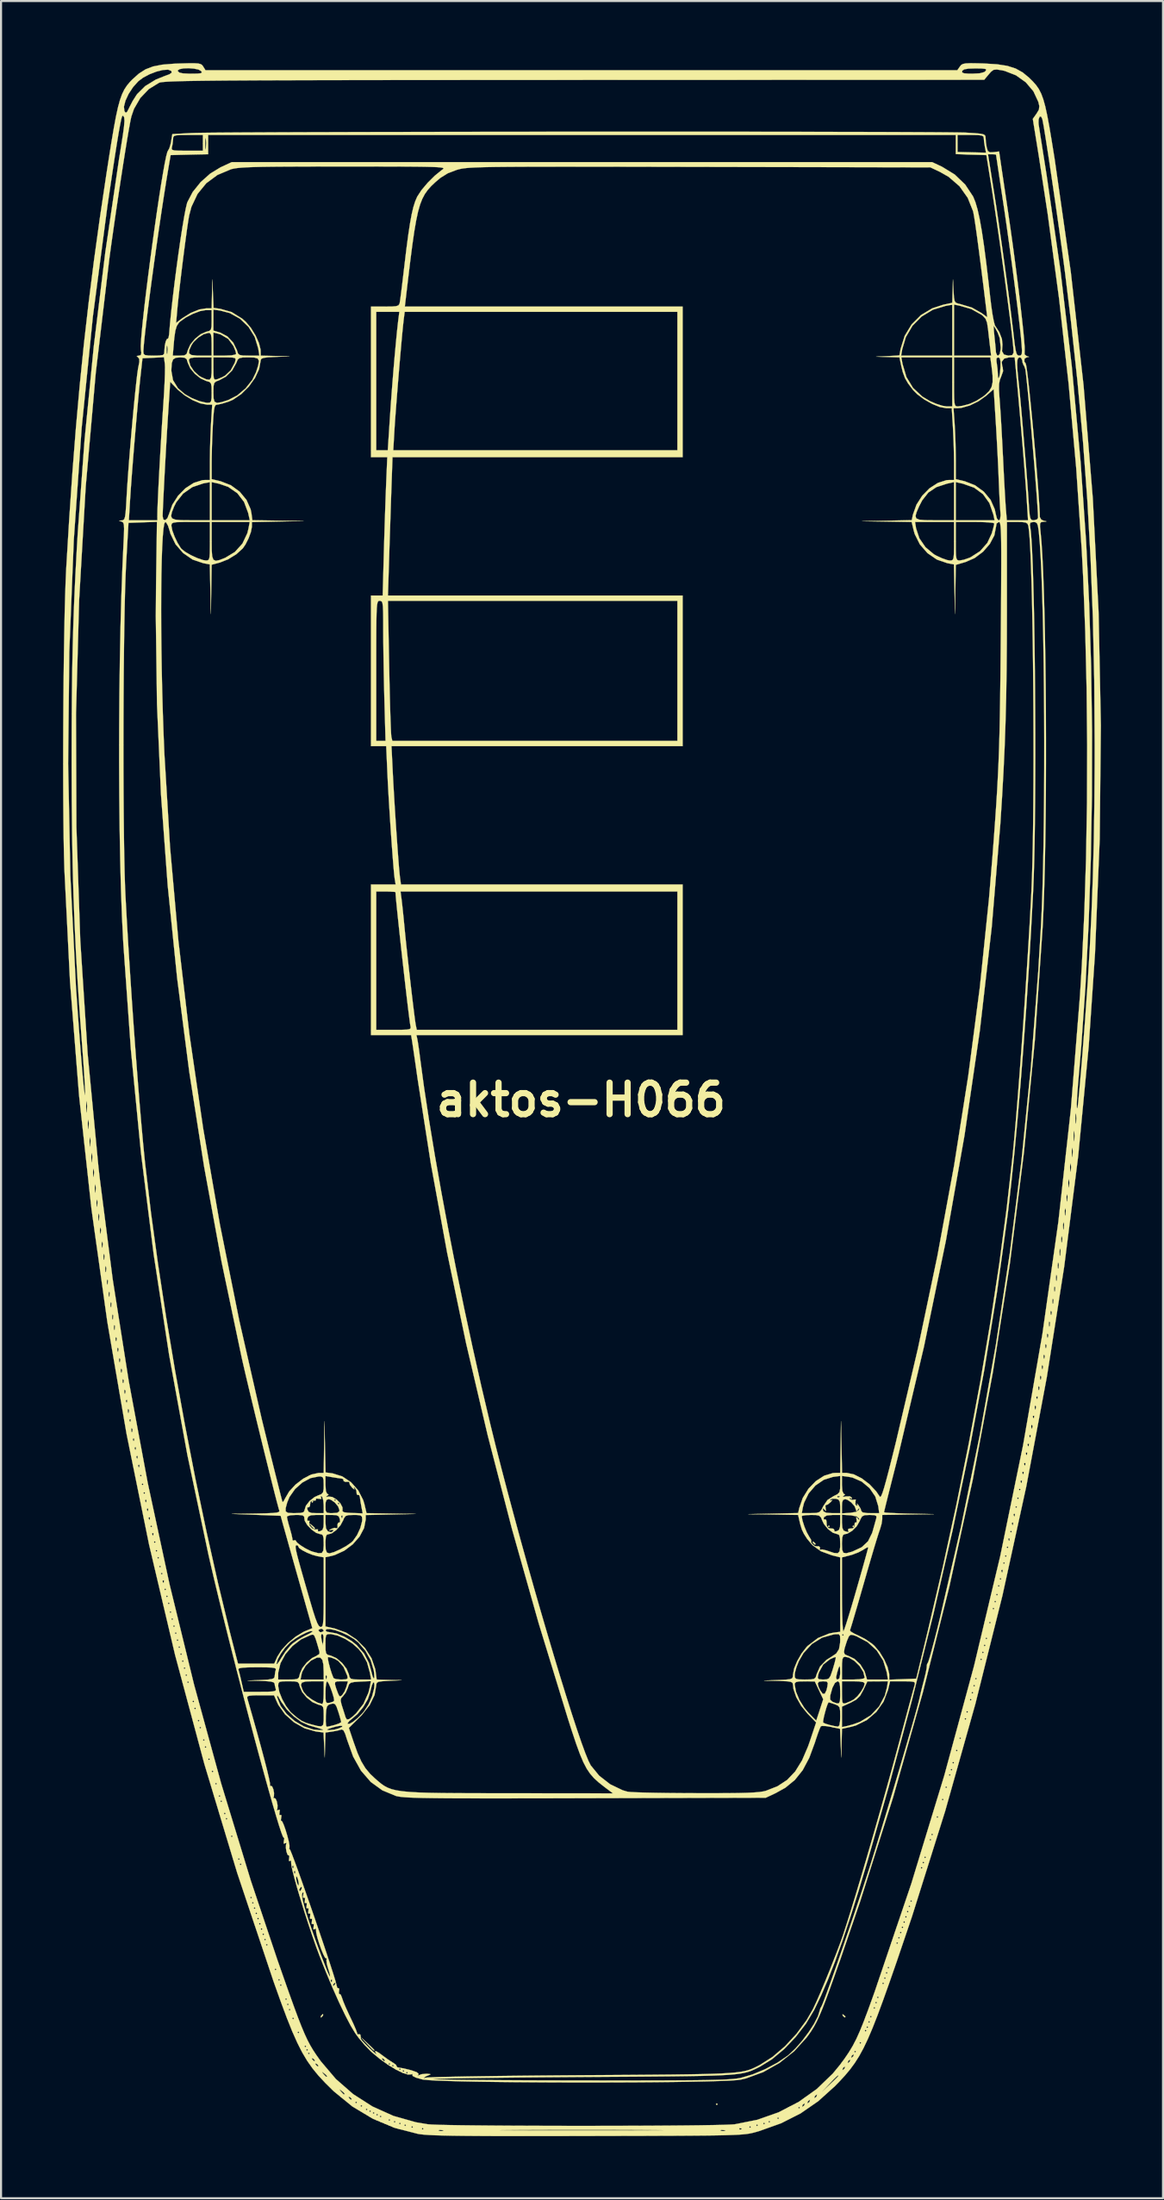
<source format=kicad_pcb>
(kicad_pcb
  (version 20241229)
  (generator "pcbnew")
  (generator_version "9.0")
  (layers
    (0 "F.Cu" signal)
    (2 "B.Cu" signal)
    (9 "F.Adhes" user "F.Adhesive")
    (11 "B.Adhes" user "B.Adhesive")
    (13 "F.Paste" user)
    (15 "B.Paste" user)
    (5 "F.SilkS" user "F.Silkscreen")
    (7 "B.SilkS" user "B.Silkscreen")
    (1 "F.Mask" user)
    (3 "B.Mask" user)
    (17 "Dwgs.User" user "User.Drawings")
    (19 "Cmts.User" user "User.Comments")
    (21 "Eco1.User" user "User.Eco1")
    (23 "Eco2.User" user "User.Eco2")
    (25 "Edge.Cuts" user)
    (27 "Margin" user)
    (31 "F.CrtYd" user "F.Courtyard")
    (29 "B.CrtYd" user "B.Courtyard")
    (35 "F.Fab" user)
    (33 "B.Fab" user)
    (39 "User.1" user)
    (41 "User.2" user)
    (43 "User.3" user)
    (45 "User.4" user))
  (footprint "aktos-H066"
    (layer "F.Cu")
    (at 25.049 50.127)
    (property "Reference" "aktos-H066" (at 0 0 0) (layer "F.SilkS") (effects (font (size 1.524 1.524) (thickness 0.3))))
    (attr through_hole)
    (fp_poly (pts (xy -12.954 19.431) (xy -12.996 19.473) (xy -13.039 19.431) (xy -12.996 19.389) (xy -12.954 19.431)) (stroke (width 0.01) (type solid)) (fill yes) (layer "F.SilkS"))
    (fp_poly (pts (xy 6.604 48.556) (xy 6.562 48.599) (xy 6.519 48.556) (xy 6.562 48.514) (xy 6.604 48.556)) (stroke (width 0.01) (type solid)) (fill yes) (layer "F.SilkS"))
    (fp_poly (pts (xy 12.023 20.616) (xy 11.98 20.659) (xy 11.938 20.616) (xy 11.98 20.574) (xy 12.023 20.616)) (stroke (width 0.01) (type solid)) (fill yes) (layer "F.SilkS"))
    (fp_poly (pts (xy 13.208 20.616) (xy 13.166 20.659) (xy 13.123 20.616) (xy 13.166 20.574) (xy 13.208 20.616)) (stroke (width 0.01) (type solid)) (fill yes) (layer "F.SilkS"))
    (fp_poly (pts (xy 11.248 21.37) (xy 11.338 21.455) (xy 11.32 21.505) (xy 11.308 21.505) (xy 11.236 21.445) (xy 11.21 21.408) (xy 11.2 21.35) (xy 11.248 21.37)) (stroke (width 0.01) (type solid)) (fill yes) (layer "F.SilkS"))
    (fp_poly (pts (xy 12.687 44.23) (xy 12.777 44.309) (xy 12.785 44.328) (xy 12.744 44.363) (xy 12.661 44.285) (xy 12.65 44.268) (xy 12.64 44.21) (xy 12.687 44.23)) (stroke (width 0.01) (type solid)) (fill yes) (layer "F.SilkS"))
    (fp_poly (pts (xy -13.079 20.516) (xy -13.018 20.563) (xy -12.9 20.668) (xy -12.869 20.711) (xy -12.911 20.737) (xy -13.023 20.628) (xy -13.049 20.595) (xy -13.123 20.495) (xy -13.079 20.516)) (stroke (width 0.01) (type solid)) (fill yes) (layer "F.SilkS"))
    (fp_poly (pts (xy -12.473 44.251) (xy -12.488 44.281) (xy -12.568 44.362) (xy -12.583 44.365) (xy -12.589 44.311) (xy -12.573 44.281) (xy -12.493 44.2) (xy -12.478 44.196) (xy -12.473 44.251)) (stroke (width 0.01) (type solid)) (fill yes) (layer "F.SilkS"))
    (fp_poly (pts (xy -10.308 45.631) (xy -10.128 45.801) (xy -10.013 45.919) (xy -9.991 45.948) (xy -10.014 45.969) (xy -10.098 45.904) (xy -10.264 45.732) (xy -10.334 45.657) (xy -10.626 45.339) (xy -10.308 45.631)) (stroke (width 0.01) (type solid)) (fill yes) (layer "F.SilkS"))
    (fp_poly (pts (xy 19.162 -50.117) (xy 19.488 -50.108) (xy 20.116 -50.069) (xy 20.612 -49.992) (xy 21.013 -49.864) (xy 21.354 -49.675) (xy 21.663 -49.42) (xy 21.848 -49.237) (xy 22.004 -49.06) (xy 22.135 -48.872) (xy 22.248 -48.652) (xy 22.348 -48.382) (xy 22.443 -48.042) (xy 22.537 -47.613) (xy 22.638 -47.077) (xy 22.75 -46.413) (xy 22.881 -45.603) (xy 22.897 -45.502) (xy 23.681 -40.026) (xy 24.297 -34.553) (xy 24.745 -29.077) (xy 25.024 -23.597) (xy 25.135 -18.106) (xy 25.078 -12.603) (xy 24.852 -7.083) (xy 24.546 -2.582) (xy 24.036 2.736) (xy 23.361 8.064) (xy 22.524 13.387) (xy 21.527 18.694) (xy 20.373 23.971) (xy 19.065 29.205) (xy 17.606 34.383) (xy 15.998 39.493) (xy 15.264 41.656) (xy 14.914 42.66) (xy 14.608 43.52) (xy 14.337 44.252) (xy 14.094 44.872) (xy 13.87 45.397) (xy 13.657 45.844) (xy 13.447 46.229) (xy 13.232 46.569) (xy 13.003 46.88) (xy 12.752 47.179) (xy 12.471 47.482) (xy 12.28 47.678) (xy 11.47 48.409) (xy 10.614 49.001) (xy 9.677 49.476) (xy 8.627 49.851) (xy 8.479 49.894) (xy 8.364 49.926) (xy 8.251 49.953) (xy 8.128 49.978) (xy 7.983 49.999) (xy 7.805 50.017) (xy 7.584 50.032) (xy 7.308 50.044) (xy 6.965 50.055) (xy 6.544 50.064) (xy 6.035 50.071) (xy 5.425 50.076) (xy 4.704 50.081) (xy 3.86 50.084) (xy 2.881 50.088) (xy 1.758 50.09) (xy 0.478 50.093) (xy 0.296 50.094) (xy -1.06 50.096) (xy -2.257 50.098) (xy -3.306 50.097) (xy -4.216 50.096) (xy -4.999 50.092) (xy -5.664 50.087) (xy -6.223 50.08) (xy -6.685 50.07) (xy -7.06 50.059) (xy -7.36 50.045) (xy -7.594 50.028) (xy -7.773 50.009) (xy -7.883 49.992) (xy -8.46 49.843) (xy -6.89 49.843) (xy -6.773 49.855) (xy -6.667 49.843) (xy 6.742 49.843) (xy 6.858 49.855) (xy 6.978 49.842) (xy 6.964 49.813) (xy 6.79 49.801) (xy 6.752 49.813) (xy 6.742 49.843) (xy -6.667 49.843) (xy -6.653 49.842) (xy -6.666 49.815) (xy -3.945 49.815) (xy -3.88 49.818) (xy -3.668 49.821) (xy -3.315 49.823) (xy -2.826 49.825) (xy -2.207 49.827) (xy -1.464 49.828) (xy -0.602 49.828) (xy 0.042 49.828) (xy 0.98 49.828) (xy 1.802 49.827) (xy 2.502 49.826) (xy 3.075 49.824) (xy 3.515 49.822) (xy 3.817 49.82) (xy 3.976 49.817) (xy 3.985 49.814) (xy 3.84 49.811) (xy 3.535 49.808) (xy 3.232 49.805) (xy 2.317 49.8) (xy 1.289 49.797) (xy 0.201 49.796) (xy -0.894 49.796) (xy -1.943 49.799) (xy -2.895 49.803) (xy -3.202 49.805) (xy -3.612 49.809) (xy -3.858 49.812) (xy -3.945 49.815) (xy -6.666 49.815) (xy -6.668 49.813) (xy -6.841 49.801) (xy -6.879 49.813) (xy -6.89 49.843) (xy -8.46 49.843) (xy -8.854 49.742) (xy -7.705 49.742) (xy -7.662 49.784) (xy -7.62 49.742) (xy -7.634 49.728) (xy 7.648 49.728) (xy 7.66 49.778) (xy 7.705 49.784) (xy 7.774 49.753) (xy 7.761 49.728) (xy 7.661 49.717) (xy 7.648 49.728) (xy -7.634 49.728) (xy -7.662 49.699) (xy -7.705 49.742) (xy -8.854 49.742) (xy -9.009 49.702) (xy -9.116 49.657) (xy -8.213 49.657) (xy -8.17 49.699) (xy -8.128 49.657) (xy 8.128 49.657) (xy 8.17 49.699) (xy 8.213 49.657) (xy 8.17 49.615) (xy 8.128 49.657) (xy -8.128 49.657) (xy -8.17 49.615) (xy -8.213 49.657) (xy -9.116 49.657) (xy -9.319 49.572) (xy -8.551 49.572) (xy -8.509 49.615) (xy -8.467 49.572) (xy -8.509 49.53) (xy -8.551 49.572) (xy -9.319 49.572) (xy -9.521 49.488) (xy -8.805 49.488) (xy -8.763 49.53) (xy -8.721 49.488) (xy -8.763 49.445) (xy -8.805 49.488) (xy -9.521 49.488) (xy -9.724 49.403) (xy -9.059 49.403) (xy -9.017 49.445) (xy -8.975 49.403) (xy -9.017 49.361) (xy -9.059 49.403) (xy -9.724 49.403) (xy -9.926 49.318) (xy -9.313 49.318) (xy -9.271 49.361) (xy -9.229 49.318) (xy -9.271 49.276) (xy -9.313 49.318) (xy -9.926 49.318) (xy -10.073 49.257) (xy -10.253 49.149) (xy -9.737 49.149) (xy -9.694 49.191) (xy -9.652 49.149) (xy -9.694 49.107) (xy -9.737 49.149) (xy -10.253 49.149) (xy -10.395 49.064) (xy -9.906 49.064) (xy -9.864 49.107) (xy -9.821 49.064) (xy -9.864 49.022) (xy -9.906 49.064) (xy -10.395 49.064) (xy -10.536 48.98) (xy -10.075 48.98) (xy -10.033 49.022) (xy -9.991 48.98) (xy -10.033 48.937) (xy -10.075 48.98) (xy -10.536 48.98) (xy -10.678 48.895) (xy -10.245 48.895) (xy -10.202 48.937) (xy -10.16 48.895) (xy -10.202 48.853) (xy -10.245 48.895) (xy -10.678 48.895) (xy -10.819 48.81) (xy -10.414 48.81) (xy -10.372 48.853) (xy -10.329 48.81) (xy -10.372 48.768) (xy -10.414 48.81) (xy -10.819 48.81) (xy -11.06 48.666) (xy -11.091 48.641) (xy -10.668 48.641) (xy -10.626 48.683) (xy -10.583 48.641) (xy -10.626 48.599) (xy -10.668 48.641) (xy -11.091 48.641) (xy -11.298 48.472) (xy -10.922 48.472) (xy -10.88 48.514) (xy -10.837 48.472) (xy -10.88 48.429) (xy -10.922 48.472) (xy -11.298 48.472) (xy -11.632 48.2) (xy -11.247 48.2) (xy -11.226 48.247) (xy -11.141 48.338) (xy -11.092 48.319) (xy -11.091 48.307) (xy -11.151 48.236) (xy -11.189 48.21) (xy -11.247 48.2) (xy -11.632 48.2) (xy -11.955 47.936) (xy -12.001 47.892) (xy -12.057 47.837) (xy -11.678 47.837) (xy -11.657 47.881) (xy -11.61 47.943) (xy -11.487 48.074) (xy -11.431 48.074) (xy -11.43 48.059) (xy -11.488 47.988) (xy -11.578 47.911) (xy -11.678 47.837) (xy -12.057 47.837) (xy -12.374 47.524) (xy -12.699 47.175) (xy -12.85 46.991) (xy -12.525 46.991) (xy -12.504 47.034) (xy -12.457 47.096) (xy -12.333 47.227) (xy -12.278 47.227) (xy -12.277 47.212) (xy -12.335 47.141) (xy -12.425 47.064) (xy -12.525 46.991) (xy -12.85 46.991) (xy -12.985 46.826) (xy -13.151 46.591) (xy -12.856 46.591) (xy -12.835 46.638) (xy -12.75 46.729) (xy -12.701 46.711) (xy -12.7 46.699) (xy -12.76 46.627) (xy -12.798 46.601) (xy -12.856 46.591) (xy -13.151 46.591) (xy -13.245 46.457) (xy -13.317 46.337) (xy -13.025 46.337) (xy -13.004 46.384) (xy -12.919 46.475) (xy -12.87 46.456) (xy -12.869 46.445) (xy -12.929 46.373) (xy -12.967 46.347) (xy -13.025 46.337) (xy -13.317 46.337) (xy -13.457 46.101) (xy -13.208 46.101) (xy -13.166 46.143) (xy -13.123 46.101) (xy -13.166 46.059) (xy -13.208 46.101) (xy -13.457 46.101) (xy -13.488 46.048) (xy -13.548 45.932) (xy -13.293 45.932) (xy -13.25 45.974) (xy -13.208 45.932) (xy -13.25 45.889) (xy -13.293 45.932) (xy -13.548 45.932) (xy -13.634 45.762) (xy -13.377 45.762) (xy -13.335 45.805) (xy -13.293 45.762) (xy -13.335 45.72) (xy -13.377 45.762) (xy -13.634 45.762) (xy -13.726 45.579) (xy -13.946 45.085) (xy -13.716 45.085) (xy -13.674 45.127) (xy -13.631 45.085) (xy -13.674 45.043) (xy -13.716 45.085) (xy -13.946 45.085) (xy -13.97 45.031) (xy -14.219 44.408) (xy -13.97 44.408) (xy -13.928 44.45) (xy -13.885 44.408) (xy -13.928 44.365) (xy -13.97 44.408) (xy -14.219 44.408) (xy -14.23 44.382) (xy -14.378 43.984) (xy -14.139 43.984) (xy -14.097 44.027) (xy -14.055 43.984) (xy -14.097 43.942) (xy -14.139 43.984) (xy -14.378 43.984) (xy -14.473 43.73) (xy -14.224 43.73) (xy -14.182 43.773) (xy -14.139 43.73) (xy -14.182 43.688) (xy -14.224 43.73) (xy -14.473 43.73) (xy -14.516 43.614) (xy -14.566 43.476) (xy -14.309 43.476) (xy -14.266 43.519) (xy -14.224 43.476) (xy -14.266 43.434) (xy -14.309 43.476) (xy -14.566 43.476) (xy -14.808 42.799) (xy -14.563 42.799) (xy -14.52 42.841) (xy -14.478 42.799) (xy -14.52 42.757) (xy -14.563 42.799) (xy -14.808 42.799) (xy -14.841 42.706) (xy -14.883 42.587) (xy -14.897 42.545) (xy -14.647 42.545) (xy -14.605 42.587) (xy -14.563 42.545) (xy -14.605 42.503) (xy -14.647 42.545) (xy -14.897 42.545) (xy -15.067 42.037) (xy -14.817 42.037) (xy -14.774 42.079) (xy -14.732 42.037) (xy -14.774 41.995) (xy -14.817 42.037) (xy -15.067 42.037) (xy -15.464 40.852) (xy -15.24 40.852) (xy -15.198 40.894) (xy -15.155 40.852) (xy -15.198 40.809) (xy -15.24 40.852) (xy -15.464 40.852) (xy -15.549 40.598) (xy -15.325 40.598) (xy -15.282 40.64) (xy -15.24 40.598) (xy -15.282 40.555) (xy -15.325 40.598) (xy -15.549 40.598) (xy -15.634 40.344) (xy -15.409 40.344) (xy -15.367 40.386) (xy -15.325 40.344) (xy -15.367 40.301) (xy -15.409 40.344) (xy -15.634 40.344) (xy -15.719 40.09) (xy -15.494 40.09) (xy -15.452 40.132) (xy -15.409 40.09) (xy -15.452 40.047) (xy -15.494 40.09) (xy -15.719 40.09) (xy -15.805 39.836) (xy -15.579 39.836) (xy -15.536 39.878) (xy -15.494 39.836) (xy -15.536 39.793) (xy -15.579 39.836) (xy -15.805 39.836) (xy -15.89 39.582) (xy -15.663 39.582) (xy -15.621 39.624) (xy -15.579 39.582) (xy -15.621 39.539) (xy -15.663 39.582) (xy -15.89 39.582) (xy -15.975 39.328) (xy -15.748 39.328) (xy -15.706 39.37) (xy -15.663 39.328) (xy -15.706 39.285) (xy -15.748 39.328) (xy -15.975 39.328) (xy -16.06 39.074) (xy -15.833 39.074) (xy -15.79 39.116) (xy -15.748 39.074) (xy -15.79 39.031) (xy -15.833 39.074) (xy -16.06 39.074) (xy -16.145 38.82) (xy -15.917 38.82) (xy -15.875 38.862) (xy -15.833 38.82) (xy -15.875 38.777) (xy -15.917 38.82) (xy -16.145 38.82) (xy -16.23 38.566) (xy -16.002 38.566) (xy -15.96 38.608) (xy -15.917 38.566) (xy -15.96 38.523) (xy -16.002 38.566) (xy -16.23 38.566) (xy -16.632 37.366) (xy -16.755 36.957) (xy -16.51 36.957) (xy -16.468 36.999) (xy -16.425 36.957) (xy -16.468 36.915) (xy -16.51 36.957) (xy -16.755 36.957) (xy -16.832 36.703) (xy -16.595 36.703) (xy -16.552 36.745) (xy -16.51 36.703) (xy -16.552 36.661) (xy -16.595 36.703) (xy -16.832 36.703) (xy -17.164 35.602) (xy -16.933 35.602) (xy -16.891 35.645) (xy -16.849 35.602) (xy -16.891 35.56) (xy -16.933 35.602) (xy -17.164 35.602) (xy -17.419 34.756) (xy -17.187 34.756) (xy -17.145 34.798) (xy -17.103 34.756) (xy -17.145 34.713) (xy -17.187 34.756) (xy -17.419 34.756) (xy -17.496 34.502) (xy -17.272 34.502) (xy -17.23 34.544) (xy -17.187 34.502) (xy -17.23 34.459) (xy -17.272 34.502) (xy -17.496 34.502) (xy -17.674 33.909) (xy -17.441 33.909) (xy -17.399 33.951) (xy -17.357 33.909) (xy -17.399 33.867) (xy -17.441 33.909) (xy -17.674 33.909) (xy -17.751 33.655) (xy -17.526 33.655) (xy -17.484 33.697) (xy -17.441 33.655) (xy -17.484 33.613) (xy -17.526 33.655) (xy -17.751 33.655) (xy -17.929 33.062) (xy -17.695 33.062) (xy -17.653 33.105) (xy -17.611 33.062) (xy -17.653 33.02) (xy -17.695 33.062) (xy -17.929 33.062) (xy -18.108 32.47) (xy -17.865 32.47) (xy -17.822 32.512) (xy -17.78 32.47) (xy -17.822 32.427) (xy -17.865 32.47) (xy -18.108 32.47) (xy -18.216 32.112) (xy -18.279 31.877) (xy -18.034 31.877) (xy -17.992 31.919) (xy -17.949 31.877) (xy -17.992 31.835) (xy -18.034 31.877) (xy -18.279 31.877) (xy -18.438 31.284) (xy -18.203 31.284) (xy -18.161 31.327) (xy -18.119 31.284) (xy -18.161 31.242) (xy -18.203 31.284) (xy -18.438 31.284) (xy -18.529 30.946) (xy -18.288 30.946) (xy -18.246 30.988) (xy -18.203 30.946) (xy -18.246 30.903) (xy -18.288 30.946) (xy -18.529 30.946) (xy -18.688 30.353) (xy -18.457 30.353) (xy -18.415 30.395) (xy -18.373 30.353) (xy -18.415 30.311) (xy -18.457 30.353) (xy -18.688 30.353) (xy -18.779 30.014) (xy -18.542 30.014) (xy -18.5 30.057) (xy -18.457 30.014) (xy -18.5 29.972) (xy -18.542 30.014) (xy -18.779 30.014) (xy -18.938 29.422) (xy -18.711 29.422) (xy -18.669 29.464) (xy -18.627 29.422) (xy -18.669 29.379) (xy -18.711 29.422) (xy -18.938 29.422) (xy -19.029 29.083) (xy -18.796 29.083) (xy -18.754 29.125) (xy -18.711 29.083) (xy -18.754 29.041) (xy -18.796 29.083) (xy -19.029 29.083) (xy -19.279 28.152) (xy -19.05 28.152) (xy -19.008 28.194) (xy -18.965 28.152) (xy -19.008 28.109) (xy -19.05 28.152) (xy -19.279 28.152) (xy -19.37 27.813) (xy -19.135 27.813) (xy -19.092 27.855) (xy -19.05 27.813) (xy -19.092 27.771) (xy -19.135 27.813) (xy -19.37 27.813) (xy -19.461 27.474) (xy -19.219 27.474) (xy -19.177 27.517) (xy -19.135 27.474) (xy -19.177 27.432) (xy -19.219 27.474) (xy -19.461 27.474) (xy -19.552 27.136) (xy -19.304 27.136) (xy -19.262 27.178) (xy -19.219 27.136) (xy -19.262 27.093) (xy -19.304 27.136) (xy -19.552 27.136) (xy -19.636 26.824) (xy -19.642 26.797) (xy -19.389 26.797) (xy -19.346 26.839) (xy -19.304 26.797) (xy -19.346 26.755) (xy -19.389 26.797) (xy -19.642 26.797) (xy -19.722 26.458) (xy -19.473 26.458) (xy -19.431 26.501) (xy -19.389 26.458) (xy -19.431 26.416) (xy -19.473 26.458) (xy -19.722 26.458) (xy -19.801 26.12) (xy -19.558 26.12) (xy -19.516 26.162) (xy -19.473 26.12) (xy -19.516 26.077) (xy -19.558 26.12) (xy -19.801 26.12) (xy -19.881 25.781) (xy -19.643 25.781) (xy -19.6 25.823) (xy -19.558 25.781) (xy -19.6 25.739) (xy -19.643 25.781) (xy -19.881 25.781) (xy -19.961 25.442) (xy -19.727 25.442) (xy -19.685 25.485) (xy -19.643 25.442) (xy -19.685 25.4) (xy -19.727 25.442) (xy -19.961 25.442) (xy -20.041 25.104) (xy -19.812 25.104) (xy -19.77 25.146) (xy -19.727 25.104) (xy -19.77 25.061) (xy -19.812 25.104) (xy -20.041 25.104) (xy -20.121 24.765) (xy -19.897 24.765) (xy -19.854 24.807) (xy -19.812 24.765) (xy -19.854 24.723) (xy -19.897 24.765) (xy -20.121 24.765) (xy -20.221 24.342) (xy -19.981 24.342) (xy -19.939 24.384) (xy -19.897 24.342) (xy -19.939 24.299) (xy -19.981 24.342) (xy -20.221 24.342) (xy -20.3 24.003) (xy -20.066 24.003) (xy -20.024 24.045) (xy -19.981 24.003) (xy -20.024 23.961) (xy -20.066 24.003) (xy -20.3 24.003) (xy -20.38 23.664) (xy -20.151 23.664) (xy -20.108 23.707) (xy -20.066 23.664) (xy -20.108 23.622) (xy -20.151 23.664) (xy -20.38 23.664) (xy -20.47 23.283) (xy -20.235 23.283) (xy -20.204 23.353) (xy -20.179 23.34) (xy -20.169 23.239) (xy -20.179 23.227) (xy -20.229 23.239) (xy -20.235 23.283) (xy -20.47 23.283) (xy -20.56 22.902) (xy -20.32 22.902) (xy -20.278 22.945) (xy -20.235 22.902) (xy -20.278 22.86) (xy -20.32 22.902) (xy -20.56 22.902) (xy -20.64 22.564) (xy -20.405 22.564) (xy -20.362 22.606) (xy -20.32 22.564) (xy -20.362 22.521) (xy -20.405 22.564) (xy -20.64 22.564) (xy -20.739 22.14) (xy -20.489 22.14) (xy -20.447 22.183) (xy -20.405 22.14) (xy -20.447 22.098) (xy -20.489 22.14) (xy -20.739 22.14) (xy -20.819 21.802) (xy -20.574 21.802) (xy -20.532 21.844) (xy -20.489 21.802) (xy -20.532 21.759) (xy -20.574 21.802) (xy -20.819 21.802) (xy -20.891 21.499) (xy -20.915 21.378) (xy -20.659 21.378) (xy -20.616 21.421) (xy -20.574 21.378) (xy -20.616 21.336) (xy -20.659 21.378) (xy -20.915 21.378) (xy -20.993 20.997) (xy -20.743 20.997) (xy -20.712 21.067) (xy -20.687 21.054) (xy -20.677 20.953) (xy -20.687 20.941) (xy -20.737 20.953) (xy -20.743 20.997) (xy -20.993 20.997) (xy -21.07 20.616) (xy -20.828 20.616) (xy -20.786 20.659) (xy -20.743 20.616) (xy -20.786 20.574) (xy -20.828 20.616) (xy -21.07 20.616) (xy -21.148 20.235) (xy -20.913 20.235) (xy -20.882 20.305) (xy -20.856 20.292) (xy -20.846 20.191) (xy -20.856 20.179) (xy -20.907 20.191) (xy -20.913 20.235) (xy -21.148 20.235) (xy -21.234 19.812) (xy -20.997 19.812) (xy -20.966 19.882) (xy -20.941 19.868) (xy -20.931 19.768) (xy -20.941 19.756) (xy -20.991 19.767) (xy -20.997 19.812) (xy -21.234 19.812) (xy -21.32 19.389) (xy -21.082 19.389) (xy -21.051 19.458) (xy -21.026 19.445) (xy -21.015 19.345) (xy -21.026 19.332) (xy -21.076 19.344) (xy -21.082 19.389) (xy -21.32 19.389) (xy -21.398 19.008) (xy -21.167 19.008) (xy -21.124 19.05) (xy -21.082 19.008) (xy -21.124 18.965) (xy -21.167 19.008) (xy -21.398 19.008) (xy -21.484 18.584) (xy -21.251 18.584) (xy -21.209 18.627) (xy -21.167 18.584) (xy -21.209 18.542) (xy -21.251 18.584) (xy -21.484 18.584) (xy -21.57 18.161) (xy -21.336 18.161) (xy -21.294 18.203) (xy -21.251 18.161) (xy -21.294 18.119) (xy -21.336 18.161) (xy -21.57 18.161) (xy -21.665 17.695) (xy -21.421 17.695) (xy -21.39 17.765) (xy -21.364 17.752) (xy -21.354 17.651) (xy -21.364 17.639) (xy -21.415 17.651) (xy -21.421 17.695) (xy -21.665 17.695) (xy -21.751 17.272) (xy -21.505 17.272) (xy -21.474 17.342) (xy -21.449 17.328) (xy -21.439 17.228) (xy -21.449 17.216) (xy -21.499 17.227) (xy -21.505 17.272) (xy -21.751 17.272) (xy -21.837 16.849) (xy -21.59 16.849) (xy -21.559 16.918) (xy -21.534 16.905) (xy -21.523 16.805) (xy -21.534 16.792) (xy -21.584 16.804) (xy -21.59 16.849) (xy -21.837 16.849) (xy -21.923 16.425) (xy -21.675 16.425) (xy -21.644 16.495) (xy -21.618 16.482) (xy -21.608 16.381) (xy -21.618 16.369) (xy -21.669 16.381) (xy -21.675 16.425) (xy -21.923 16.425) (xy -21.982 16.136) (xy -22.013 15.953) (xy -21.753 15.953) (xy -21.737 16.062) (xy -21.708 16.064) (xy -21.688 15.95) (xy -21.701 15.901) (xy -21.739 15.869) (xy -21.753 15.953) (xy -22.013 15.953) (xy -22.092 15.494) (xy -21.844 15.494) (xy -21.813 15.564) (xy -21.788 15.55) (xy -21.777 15.45) (xy -21.788 15.438) (xy -21.838 15.449) (xy -21.844 15.494) (xy -22.092 15.494) (xy -22.173 15.021) (xy -21.922 15.021) (xy -21.906 15.131) (xy -21.878 15.132) (xy -21.857 15.019) (xy -21.871 14.97) (xy -21.908 14.938) (xy -21.922 15.021) (xy -22.173 15.021) (xy -22.252 14.563) (xy -22.013 14.563) (xy -21.982 14.632) (xy -21.957 14.619) (xy -21.947 14.519) (xy -21.957 14.506) (xy -22.007 14.518) (xy -22.013 14.563) (xy -22.252 14.563) (xy -22.333 14.09) (xy -22.091 14.09) (xy -22.076 14.2) (xy -22.047 14.201) (xy -22.027 14.088) (xy -22.04 14.039) (xy -22.078 14.007) (xy -22.091 14.09) (xy -22.333 14.09) (xy -22.42 13.582) (xy -22.176 13.582) (xy -22.16 13.692) (xy -22.132 13.693) (xy -22.111 13.58) (xy -22.125 13.531) (xy -22.162 13.499) (xy -22.176 13.582) (xy -22.42 13.582) (xy -22.508 13.074) (xy -22.261 13.074) (xy -22.245 13.184) (xy -22.216 13.185) (xy -22.196 13.072) (xy -22.209 13.023) (xy -22.247 12.991) (xy -22.261 13.074) (xy -22.508 13.074) (xy -22.595 12.566) (xy -22.345 12.566) (xy -22.33 12.676) (xy -22.301 12.677) (xy -22.281 12.564) (xy -22.294 12.515) (xy -22.332 12.483) (xy -22.345 12.566) (xy -22.595 12.566) (xy -22.682 12.058) (xy -22.43 12.058) (xy -22.414 12.168) (xy -22.386 12.169) (xy -22.365 12.056) (xy -22.379 12.007) (xy -22.416 11.975) (xy -22.43 12.058) (xy -22.682 12.058) (xy -22.769 11.55) (xy -22.515 11.55) (xy -22.499 11.66) (xy -22.47 11.661) (xy -22.45 11.548) (xy -22.463 11.499) (xy -22.501 11.467) (xy -22.515 11.55) (xy -22.769 11.55) (xy -22.862 11.007) (xy -22.593 11.007) (xy -22.579 11.127) (xy -22.55 11.113) (xy -22.539 10.939) (xy -22.55 10.901) (xy -22.581 10.89) (xy -22.593 11.007) (xy -22.862 11.007) (xy -22.909 10.733) (xy -22.942 10.499) (xy -22.677 10.499) (xy -22.664 10.619) (xy -22.635 10.604) (xy -22.623 10.431) (xy -22.635 10.393) (xy -22.665 10.382) (xy -22.677 10.499) (xy -22.942 10.499) (xy -23.026 9.906) (xy -22.762 9.906) (xy -22.749 10.026) (xy -22.719 10.012) (xy -22.708 9.838) (xy -22.719 9.8) (xy -22.75 9.79) (xy -22.762 9.906) (xy -23.026 9.906) (xy -23.097 9.398) (xy -22.847 9.398) (xy -22.833 9.518) (xy -22.804 9.504) (xy -22.793 9.33) (xy -22.804 9.292) (xy -22.835 9.282) (xy -22.847 9.398) (xy -23.097 9.398) (xy -23.18 8.805) (xy -22.931 8.805) (xy -22.918 8.926) (xy -22.889 8.911) (xy -22.877 8.738) (xy -22.889 8.7) (xy -22.919 8.689) (xy -22.931 8.805) (xy -23.18 8.805) (xy -23.269 8.17) (xy -23.013 8.17) (xy -23.004 8.315) (xy -22.977 8.328) (xy -22.974 8.32) (xy -22.957 8.152) (xy -22.971 8.066) (xy -22.998 8.032) (xy -23.012 8.144) (xy -23.013 8.17) (xy -23.269 8.17) (xy -23.352 7.578) (xy -23.097 7.578) (xy -23.088 7.722) (xy -23.062 7.735) (xy -23.058 7.727) (xy -23.042 7.559) (xy -23.055 7.473) (xy -23.082 7.439) (xy -23.097 7.551) (xy -23.097 7.578) (xy -23.352 7.578) (xy -23.436 6.985) (xy -23.182 6.985) (xy -23.173 7.13) (xy -23.147 7.142) (xy -23.143 7.135) (xy -23.126 6.967) (xy -23.14 6.881) (xy -23.167 6.846) (xy -23.182 6.959) (xy -23.182 6.985) (xy -23.436 6.985) (xy -23.531 6.308) (xy -23.267 6.308) (xy -23.258 6.452) (xy -23.231 6.465) (xy -23.228 6.457) (xy -23.211 6.289) (xy -23.225 6.203) (xy -23.252 6.169) (xy -23.266 6.281) (xy -23.267 6.308) (xy -23.531 6.308) (xy -23.62 5.673) (xy -23.348 5.673) (xy -23.34 5.827) (xy -23.318 5.845) (xy -23.31 5.821) (xy -23.296 5.606) (xy -23.31 5.524) (xy -23.334 5.498) (xy -23.348 5.615) (xy -23.348 5.673) (xy -23.62 5.673) (xy -23.674 5.288) (xy -23.706 4.995) (xy -23.433 4.995) (xy -23.424 5.149) (xy -23.402 5.168) (xy -23.394 5.144) (xy -23.381 4.929) (xy -23.394 4.847) (xy -23.419 4.821) (xy -23.432 4.938) (xy -23.433 4.995) (xy -23.706 4.995) (xy -23.785 4.276) (xy -23.516 4.276) (xy -23.509 4.45) (xy -23.49 4.495) (xy -23.479 4.467) (xy -23.463 4.264) (xy -23.477 4.128) (xy -23.5 4.082) (xy -23.514 4.183) (xy -23.516 4.276) (xy -23.785 4.276) (xy -23.868 3.514) (xy -23.601 3.514) (xy -23.594 3.688) (xy -23.575 3.733) (xy -23.564 3.705) (xy -23.548 3.502) (xy -23.562 3.366) (xy -23.584 3.32) (xy -23.598 3.421) (xy -23.601 3.514) (xy -23.868 3.514) (xy -23.947 2.794) (xy -23.684 2.794) (xy -23.677 2.977) (xy -23.66 3.027) (xy -23.647 2.985) (xy -23.633 2.738) (xy -23.647 2.603) (xy -23.668 2.563) (xy -23.681 2.67) (xy -23.684 2.794) (xy -23.947 2.794) (xy -24.031 2.032) (xy -23.768 2.032) (xy -23.762 2.215) (xy -23.745 2.265) (xy -23.732 2.223) (xy -23.718 1.976) (xy -23.732 1.841) (xy -23.753 1.801) (xy -23.766 1.908) (xy -23.768 2.032) (xy -24.031 2.032) (xy -24.123 1.185) (xy -23.853 1.185) (xy -23.846 1.368) (xy -23.829 1.419) (xy -23.816 1.376) (xy -23.802 1.129) (xy -23.816 0.995) (xy -23.837 0.955) (xy -23.85 1.061) (xy -23.853 1.185) (xy -24.123 1.185) (xy -24.216 0.339) (xy -23.935 0.339) (xy -23.93 0.548) (xy -23.916 0.626) (xy -23.9 0.572) (xy -23.886 0.298) (xy -23.9 0.106) (xy -23.918 0.053) (xy -23.931 0.149) (xy -23.935 0.339) (xy -24.216 0.339) (xy -24.275 -0.202) (xy -24.715 -5.738) (xy -24.985 -11.134) (xy -25.005 -11.822) (xy -25.021 -12.644) (xy -25.032 -13.578) (xy -25.04 -14.603) (xy -25.044 -15.697) (xy -25.044 -16.253) (xy -24.804 -16.253) (xy -24.698 -10.854) (xy -24.427 -5.482) (xy -24.338 -4.191) (xy -24.258 -3.121) (xy -24.188 -2.218) (xy -24.128 -1.484) (xy -24.077 -0.917) (xy -24.037 -0.518) (xy -24.006 -0.288) (xy -23.985 -0.226) (xy -23.983 -0.231) (xy -23.98 -0.339) (xy -23.99 -0.592) (xy -24.011 -0.968) (xy -24.041 -1.442) (xy -24.079 -1.992) (xy -24.122 -2.557) (xy -24.241 -4.16) (xy -24.341 -5.663) (xy -24.425 -7.099) (xy -24.493 -8.501) (xy -24.546 -9.901) (xy -24.586 -11.332) (xy -24.613 -12.827) (xy -24.63 -14.418) (xy -24.636 -16.139) (xy -24.636 -16.552) (xy -24.633 -18.068) (xy -24.629 -18.672) (xy -24.423 -18.672) (xy -24.404 -13.191) (xy -24.217 -7.711) (xy -23.861 -2.231) (xy -23.337 3.253) (xy -23.279 3.768) (xy -22.649 8.674) (xy -21.873 13.598) (xy -20.955 18.518) (xy -19.902 23.413) (xy -18.717 28.262) (xy -17.406 33.044) (xy -15.973 37.739) (xy -14.688 41.571) (xy -14.373 42.47) (xy -14.106 43.226) (xy -13.879 43.855) (xy -13.686 44.376) (xy -13.518 44.804) (xy -13.369 45.158) (xy -13.232 45.453) (xy -13.098 45.707) (xy -12.961 45.937) (xy -12.814 46.161) (xy -12.649 46.394) (xy -12.585 46.482) (xy -11.857 47.339) (xy -11.021 48.069) (xy -10.089 48.666) (xy -9.075 49.122) (xy -7.99 49.429) (xy -7.411 49.526) (xy -7.217 49.54) (xy -6.869 49.553) (xy -6.385 49.564) (xy -5.779 49.574) (xy -5.069 49.582) (xy -4.27 49.589) (xy -3.398 49.595) (xy -2.469 49.599) (xy -1.5 49.602) (xy -0.507 49.604) (xy 0.495 49.604) (xy 1.489 49.602) (xy 2.46 49.6) (xy 3.39 49.596) (xy 4.264 49.59) (xy 5.066 49.583) (xy 5.78 49.575) (xy 5.937 49.572) (xy 8.467 49.572) (xy 8.509 49.615) (xy 8.551 49.572) (xy 8.509 49.53) (xy 8.467 49.572) (xy 5.937 49.572) (xy 6.389 49.565) (xy 6.878 49.554) (xy 7.231 49.541) (xy 7.43 49.528) (xy 7.431 49.527) (xy 7.631 49.488) (xy 8.805 49.488) (xy 8.848 49.53) (xy 8.89 49.488) (xy 8.848 49.445) (xy 8.805 49.488) (xy 7.631 49.488) (xy 8.056 49.403) (xy 9.059 49.403) (xy 9.102 49.445) (xy 9.144 49.403) (xy 9.102 49.361) (xy 9.059 49.403) (xy 8.056 49.403) (xy 8.518 49.311) (xy 8.738 49.234) (xy 9.483 49.234) (xy 9.525 49.276) (xy 9.567 49.234) (xy 9.525 49.191) (xy 9.483 49.234) (xy 8.738 49.234) (xy 9.554 48.947) (xy 9.982 48.726) (xy 10.499 48.726) (xy 10.541 48.768) (xy 10.583 48.726) (xy 10.541 48.683) (xy 10.499 48.726) (xy 9.982 48.726) (xy 10.074 48.678) (xy 10.689 48.678) (xy 10.7 48.683) (xy 10.778 48.624) (xy 10.795 48.599) (xy 10.817 48.52) (xy 10.805 48.514) (xy 10.728 48.574) (xy 10.71 48.599) (xy 10.689 48.678) (xy 10.074 48.678) (xy 10.401 48.508) (xy 10.943 48.508) (xy 10.954 48.514) (xy 11.032 48.454) (xy 11.049 48.429) (xy 11.071 48.35) (xy 11.059 48.345) (xy 10.982 48.404) (xy 10.964 48.429) (xy 10.943 48.508) (xy 10.401 48.508) (xy 10.522 48.446) (xy 10.79 48.254) (xy 11.281 48.254) (xy 11.293 48.26) (xy 11.37 48.2) (xy 11.388 48.175) (xy 11.409 48.096) (xy 11.398 48.091) (xy 11.32 48.15) (xy 11.303 48.175) (xy 11.281 48.254) (xy 10.79 48.254) (xy 11.198 47.964) (xy 11.642 47.964) (xy 12.044 47.586) (xy 12.249 47.39) (xy 12.394 47.245) (xy 12.446 47.184) (xy 12.427 47.164) (xy 12.355 47.217) (xy 12.209 47.361) (xy 12.019 47.562) (xy 11.642 47.964) (xy 11.198 47.964) (xy 11.4 47.819) (xy 12.17 47.077) (xy 12.316 46.9) (xy 12.636 46.9) (xy 12.648 46.905) (xy 12.725 46.846) (xy 12.742 46.821) (xy 12.764 46.742) (xy 12.752 46.736) (xy 12.675 46.796) (xy 12.658 46.821) (xy 12.636 46.9) (xy 12.316 46.9) (xy 12.526 46.644) (xy 12.587 46.561) (xy 12.89 46.561) (xy 12.902 46.567) (xy 12.979 46.507) (xy 12.996 46.482) (xy 13.018 46.403) (xy 13.006 46.397) (xy 12.929 46.457) (xy 12.912 46.482) (xy 12.89 46.561) (xy 12.587 46.561) (xy 12.76 46.326) (xy 12.772 46.307) (xy 13.059 46.307) (xy 13.071 46.313) (xy 13.148 46.253) (xy 13.166 46.228) (xy 13.187 46.149) (xy 13.176 46.143) (xy 13.098 46.203) (xy 13.081 46.228) (xy 13.059 46.307) (xy 12.772 46.307) (xy 12.96 46.029) (xy 12.968 46.016) (xy 13.208 46.016) (xy 13.25 46.059) (xy 13.293 46.016) (xy 13.25 45.974) (xy 13.208 46.016) (xy 12.968 46.016) (xy 13.139 45.73) (xy 13.21 45.593) (xy 13.462 45.593) (xy 13.504 45.635) (xy 13.547 45.593) (xy 13.504 45.551) (xy 13.462 45.593) (xy 13.21 45.593) (xy 13.309 45.402) (xy 13.481 45.02) (xy 13.489 45) (xy 13.716 45) (xy 13.758 45.043) (xy 13.801 45) (xy 13.758 44.958) (xy 13.716 45) (xy 13.489 45) (xy 13.558 44.831) (xy 13.801 44.831) (xy 13.843 44.873) (xy 13.885 44.831) (xy 13.843 44.789) (xy 13.801 44.831) (xy 13.558 44.831) (xy 13.661 44.577) (xy 13.885 44.577) (xy 13.928 44.619) (xy 13.97 44.577) (xy 13.928 44.535) (xy 13.885 44.577) (xy 13.661 44.577) (xy 13.668 44.56) (xy 13.757 44.323) (xy 13.97 44.323) (xy 14.012 44.365) (xy 14.055 44.323) (xy 14.012 44.281) (xy 13.97 44.323) (xy 13.757 44.323) (xy 13.881 43.995) (xy 13.915 43.9) (xy 14.139 43.9) (xy 14.182 43.942) (xy 14.224 43.9) (xy 14.182 43.857) (xy 14.139 43.9) (xy 13.915 43.9) (xy 14.007 43.646) (xy 14.224 43.646) (xy 14.266 43.688) (xy 14.309 43.646) (xy 14.266 43.603) (xy 14.224 43.646) (xy 14.007 43.646) (xy 14.099 43.392) (xy 14.309 43.392) (xy 14.351 43.434) (xy 14.393 43.392) (xy 14.351 43.349) (xy 14.309 43.392) (xy 14.099 43.392) (xy 14.131 43.302) (xy 14.205 43.095) (xy 14.334 42.714) (xy 14.563 42.714) (xy 14.605 42.757) (xy 14.647 42.714) (xy 14.605 42.672) (xy 14.563 42.714) (xy 14.334 42.714) (xy 14.42 42.46) (xy 14.647 42.46) (xy 14.69 42.503) (xy 14.732 42.46) (xy 14.69 42.418) (xy 14.647 42.46) (xy 14.42 42.46) (xy 14.507 42.206) (xy 14.732 42.206) (xy 14.774 42.249) (xy 14.817 42.206) (xy 14.774 42.164) (xy 14.732 42.206) (xy 14.507 42.206) (xy 14.593 41.952) (xy 14.817 41.952) (xy 14.859 41.995) (xy 14.901 41.952) (xy 14.859 41.91) (xy 14.817 41.952) (xy 14.593 41.952) (xy 14.994 40.767) (xy 15.24 40.767) (xy 15.282 40.809) (xy 15.325 40.767) (xy 15.282 40.725) (xy 15.24 40.767) (xy 14.994 40.767) (xy 15.08 40.513) (xy 15.325 40.513) (xy 15.367 40.555) (xy 15.409 40.513) (xy 15.367 40.471) (xy 15.325 40.513) (xy 15.08 40.513) (xy 15.166 40.259) (xy 15.409 40.259) (xy 15.452 40.301) (xy 15.494 40.259) (xy 15.452 40.217) (xy 15.409 40.259) (xy 15.166 40.259) (xy 15.252 40.005) (xy 15.494 40.005) (xy 15.536 40.047) (xy 15.579 40.005) (xy 15.536 39.963) (xy 15.494 40.005) (xy 15.252 40.005) (xy 15.339 39.751) (xy 15.579 39.751) (xy 15.621 39.793) (xy 15.663 39.751) (xy 15.621 39.709) (xy 15.579 39.751) (xy 15.339 39.751) (xy 15.425 39.497) (xy 15.663 39.497) (xy 15.706 39.539) (xy 15.748 39.497) (xy 15.706 39.455) (xy 15.663 39.497) (xy 15.425 39.497) (xy 15.511 39.243) (xy 15.748 39.243) (xy 15.79 39.285) (xy 15.833 39.243) (xy 15.79 39.201) (xy 15.748 39.243) (xy 15.511 39.243) (xy 15.597 38.989) (xy 15.833 38.989) (xy 15.875 39.031) (xy 15.917 38.989) (xy 15.875 38.947) (xy 15.833 38.989) (xy 15.597 38.989) (xy 15.683 38.735) (xy 15.917 38.735) (xy 15.96 38.777) (xy 16.002 38.735) (xy 15.96 38.693) (xy 15.917 38.735) (xy 15.683 38.735) (xy 15.969 37.891) (xy 16.202 37.126) (xy 16.425 37.126) (xy 16.468 37.169) (xy 16.51 37.126) (xy 16.468 37.084) (xy 16.425 37.126) (xy 16.202 37.126) (xy 16.28 36.872) (xy 16.51 36.872) (xy 16.552 36.915) (xy 16.595 36.872) (xy 16.552 36.83) (xy 16.51 36.872) (xy 16.28 36.872) (xy 16.357 36.618) (xy 16.595 36.618) (xy 16.637 36.661) (xy 16.679 36.618) (xy 16.637 36.576) (xy 16.595 36.618) (xy 16.357 36.618) (xy 16.615 35.772) (xy 16.849 35.772) (xy 16.891 35.814) (xy 16.933 35.772) (xy 16.891 35.729) (xy 16.849 35.772) (xy 16.615 35.772) (xy 16.693 35.518) (xy 16.933 35.518) (xy 16.976 35.56) (xy 17.018 35.518) (xy 16.976 35.475) (xy 16.933 35.518) (xy 16.693 35.518) (xy 16.951 34.671) (xy 17.187 34.671) (xy 17.23 34.713) (xy 17.272 34.671) (xy 17.23 34.629) (xy 17.187 34.671) (xy 16.951 34.671) (xy 17.209 33.824) (xy 17.441 33.824) (xy 17.484 33.867) (xy 17.526 33.824) (xy 17.484 33.782) (xy 17.441 33.824) (xy 17.209 33.824) (xy 17.39 33.232) (xy 17.611 33.232) (xy 17.653 33.274) (xy 17.695 33.232) (xy 17.653 33.189) (xy 17.611 33.232) (xy 17.39 33.232) (xy 17.567 32.65) (xy 17.57 32.639) (xy 17.78 32.639) (xy 17.822 32.681) (xy 17.865 32.639) (xy 17.822 32.597) (xy 17.78 32.639) (xy 17.57 32.639) (xy 17.639 32.385) (xy 17.865 32.385) (xy 17.907 32.427) (xy 17.949 32.385) (xy 17.907 32.343) (xy 17.865 32.385) (xy 17.639 32.385) (xy 17.731 32.046) (xy 17.949 32.046) (xy 17.992 32.089) (xy 18.034 32.046) (xy 17.992 32.004) (xy 17.949 32.046) (xy 17.731 32.046) (xy 17.892 31.454) (xy 18.119 31.454) (xy 18.161 31.496) (xy 18.203 31.454) (xy 18.161 31.411) (xy 18.119 31.454) (xy 17.892 31.454) (xy 18.053 30.861) (xy 18.288 30.861) (xy 18.33 30.903) (xy 18.373 30.861) (xy 18.33 30.819) (xy 18.288 30.861) (xy 18.053 30.861) (xy 18.306 29.93) (xy 18.542 29.93) (xy 18.584 29.972) (xy 18.627 29.93) (xy 18.584 29.887) (xy 18.542 29.93) (xy 18.306 29.93) (xy 18.398 29.591) (xy 18.627 29.591) (xy 18.669 29.633) (xy 18.711 29.591) (xy 18.669 29.549) (xy 18.627 29.591) (xy 18.398 29.591) (xy 18.559 28.998) (xy 18.796 28.998) (xy 18.838 29.041) (xy 18.881 28.998) (xy 18.838 28.956) (xy 18.796 28.998) (xy 18.559 28.998) (xy 18.651 28.66) (xy 18.881 28.66) (xy 18.923 28.702) (xy 18.965 28.66) (xy 18.923 28.617) (xy 18.881 28.66) (xy 18.651 28.66) (xy 18.743 28.321) (xy 18.965 28.321) (xy 19.008 28.363) (xy 19.05 28.321) (xy 19.008 28.279) (xy 18.965 28.321) (xy 18.743 28.321) (xy 18.835 27.982) (xy 19.05 27.982) (xy 19.092 28.025) (xy 19.135 27.982) (xy 19.092 27.94) (xy 19.05 27.982) (xy 18.835 27.982) (xy 19 27.372) (xy 19.077 27.051) (xy 19.304 27.051) (xy 19.346 27.093) (xy 19.389 27.051) (xy 19.346 27.009) (xy 19.304 27.051) (xy 19.077 27.051) (xy 19.158 26.712) (xy 19.389 26.712) (xy 19.431 26.755) (xy 19.473 26.712) (xy 19.431 26.67) (xy 19.389 26.712) (xy 19.158 26.712) (xy 19.238 26.374) (xy 19.473 26.374) (xy 19.516 26.416) (xy 19.558 26.374) (xy 19.516 26.331) (xy 19.473 26.374) (xy 19.238 26.374) (xy 19.319 26.035) (xy 19.558 26.035) (xy 19.6 26.077) (xy 19.643 26.035) (xy 19.6 25.993) (xy 19.558 26.035) (xy 19.319 26.035) (xy 19.501 25.273) (xy 19.727 25.273) (xy 19.77 25.315) (xy 19.812 25.273) (xy 19.77 25.231) (xy 19.727 25.273) (xy 19.501 25.273) (xy 19.663 24.596) (xy 19.897 24.596) (xy 19.939 24.638) (xy 19.981 24.596) (xy 19.939 24.553) (xy 19.897 24.596) (xy 19.663 24.596) (xy 19.743 24.257) (xy 19.981 24.257) (xy 20.024 24.299) (xy 20.066 24.257) (xy 20.024 24.215) (xy 19.981 24.257) (xy 19.743 24.257) (xy 19.824 23.918) (xy 20.066 23.918) (xy 20.108 23.961) (xy 20.151 23.918) (xy 20.108 23.876) (xy 20.066 23.918) (xy 19.824 23.918) (xy 19.925 23.495) (xy 20.151 23.495) (xy 20.193 23.537) (xy 20.235 23.495) (xy 20.193 23.453) (xy 20.151 23.495) (xy 19.925 23.495) (xy 20.006 23.156) (xy 20.235 23.156) (xy 20.278 23.199) (xy 20.32 23.156) (xy 20.278 23.114) (xy 20.235 23.156) (xy 20.006 23.156) (xy 20.097 22.775) (xy 20.32 22.775) (xy 20.351 22.845) (xy 20.376 22.832) (xy 20.387 22.731) (xy 20.376 22.719) (xy 20.326 22.731) (xy 20.32 22.775) (xy 20.097 22.775) (xy 20.188 22.394) (xy 20.405 22.394) (xy 20.447 22.437) (xy 20.489 22.394) (xy 20.447 22.352) (xy 20.405 22.394) (xy 20.188 22.394) (xy 20.268 22.058) (xy 20.268 22.056) (xy 20.489 22.056) (xy 20.532 22.098) (xy 20.574 22.056) (xy 20.532 22.013) (xy 20.489 22.056) (xy 20.268 22.056) (xy 20.356 21.632) (xy 20.574 21.632) (xy 20.616 21.675) (xy 20.659 21.632) (xy 20.616 21.59) (xy 20.574 21.632) (xy 20.356 21.632) (xy 20.434 21.251) (xy 20.659 21.251) (xy 20.69 21.321) (xy 20.715 21.308) (xy 20.725 21.207) (xy 20.715 21.195) (xy 20.665 21.207) (xy 20.659 21.251) (xy 20.434 21.251) (xy 20.513 20.87) (xy 20.743 20.87) (xy 20.786 20.913) (xy 20.828 20.87) (xy 20.786 20.828) (xy 20.743 20.87) (xy 20.513 20.87) (xy 20.591 20.489) (xy 20.828 20.489) (xy 20.859 20.559) (xy 20.884 20.546) (xy 20.895 20.445) (xy 20.884 20.433) (xy 20.834 20.445) (xy 20.828 20.489) (xy 20.591 20.489) (xy 20.678 20.066) (xy 20.913 20.066) (xy 20.944 20.136) (xy 20.969 20.122) (xy 20.979 20.022) (xy 20.969 20.01) (xy 20.919 20.021) (xy 20.913 20.066) (xy 20.678 20.066) (xy 20.757 19.685) (xy 20.997 19.685) (xy 21.04 19.727) (xy 21.082 19.685) (xy 21.04 19.643) (xy 20.997 19.685) (xy 20.757 19.685) (xy 20.844 19.262) (xy 21.082 19.262) (xy 21.124 19.304) (xy 21.167 19.262) (xy 21.124 19.219) (xy 21.082 19.262) (xy 20.844 19.262) (xy 20.931 18.838) (xy 21.167 18.838) (xy 21.209 18.881) (xy 21.251 18.838) (xy 21.209 18.796) (xy 21.167 18.838) (xy 20.931 18.838) (xy 21.01 18.457) (xy 21.251 18.457) (xy 21.282 18.527) (xy 21.308 18.514) (xy 21.318 18.413) (xy 21.308 18.401) (xy 21.257 18.413) (xy 21.251 18.457) (xy 21.01 18.457) (xy 21.097 18.034) (xy 21.336 18.034) (xy 21.367 18.104) (xy 21.392 18.09) (xy 21.403 17.99) (xy 21.392 17.978) (xy 21.342 17.989) (xy 21.336 18.034) (xy 21.097 18.034) (xy 21.184 17.611) (xy 21.421 17.611) (xy 21.452 17.68) (xy 21.477 17.667) (xy 21.487 17.567) (xy 21.477 17.554) (xy 21.427 17.566) (xy 21.421 17.611) (xy 21.184 17.611) (xy 21.289 17.103) (xy 21.505 17.103) (xy 21.536 17.172) (xy 21.562 17.159) (xy 21.572 17.059) (xy 21.562 17.046) (xy 21.511 17.058) (xy 21.505 17.103) (xy 21.289 17.103) (xy 21.37 16.708) (xy 21.375 16.679) (xy 21.59 16.679) (xy 21.621 16.749) (xy 21.646 16.736) (xy 21.657 16.635) (xy 21.646 16.623) (xy 21.596 16.635) (xy 21.59 16.679) (xy 21.375 16.679) (xy 21.449 16.256) (xy 21.675 16.256) (xy 21.706 16.326) (xy 21.731 16.312) (xy 21.741 16.212) (xy 21.731 16.2) (xy 21.681 16.211) (xy 21.675 16.256) (xy 21.449 16.256) (xy 21.531 15.783) (xy 21.766 15.783) (xy 21.782 15.893) (xy 21.81 15.894) (xy 21.831 15.781) (xy 21.817 15.732) (xy 21.78 15.7) (xy 21.766 15.783) (xy 21.531 15.783) (xy 21.611 15.325) (xy 21.844 15.325) (xy 21.875 15.394) (xy 21.9 15.381) (xy 21.911 15.281) (xy 21.9 15.268) (xy 21.85 15.28) (xy 21.844 15.325) (xy 21.611 15.325) (xy 21.693 14.852) (xy 21.935 14.852) (xy 21.951 14.962) (xy 21.98 14.963) (xy 22 14.85) (xy 21.987 14.801) (xy 21.949 14.769) (xy 21.935 14.852) (xy 21.693 14.852) (xy 21.773 14.393) (xy 22.013 14.393) (xy 22.044 14.463) (xy 22.07 14.45) (xy 22.08 14.349) (xy 22.07 14.337) (xy 22.019 14.349) (xy 22.013 14.393) (xy 21.773 14.393) (xy 21.855 13.921) (xy 22.105 13.921) (xy 22.12 14.03) (xy 22.149 14.032) (xy 22.169 13.918) (xy 22.156 13.869) (xy 22.118 13.837) (xy 22.105 13.921) (xy 21.855 13.921) (xy 21.943 13.413) (xy 22.189 13.413) (xy 22.205 13.522) (xy 22.234 13.524) (xy 22.254 13.41) (xy 22.241 13.361) (xy 22.203 13.329) (xy 22.189 13.413) (xy 21.943 13.413) (xy 22.032 12.905) (xy 22.274 12.905) (xy 22.29 13.014) (xy 22.318 13.016) (xy 22.339 12.902) (xy 22.325 12.853) (xy 22.288 12.821) (xy 22.274 12.905) (xy 22.032 12.905) (xy 22.12 12.397) (xy 22.359 12.397) (xy 22.374 12.506) (xy 22.403 12.508) (xy 22.423 12.394) (xy 22.41 12.345) (xy 22.372 12.313) (xy 22.359 12.397) (xy 22.12 12.397) (xy 22.208 11.889) (xy 22.443 11.889) (xy 22.459 11.998) (xy 22.488 12) (xy 22.508 11.886) (xy 22.495 11.837) (xy 22.457 11.805) (xy 22.443 11.889) (xy 22.208 11.889) (xy 22.297 11.381) (xy 22.528 11.381) (xy 22.544 11.49) (xy 22.572 11.492) (xy 22.593 11.378) (xy 22.579 11.329) (xy 22.542 11.297) (xy 22.528 11.381) (xy 22.297 11.381) (xy 22.307 11.321) (xy 22.376 10.837) (xy 22.619 10.837) (xy 22.633 10.958) (xy 22.662 10.943) (xy 22.673 10.77) (xy 22.662 10.732) (xy 22.631 10.721) (xy 22.619 10.837) (xy 22.376 10.837) (xy 22.455 10.28) (xy 22.697 10.28) (xy 22.713 10.39) (xy 22.742 10.391) (xy 22.762 10.278) (xy 22.749 10.229) (xy 22.711 10.197) (xy 22.697 10.28) (xy 22.455 10.28) (xy 22.532 9.737) (xy 22.789 9.737) (xy 22.802 9.857) (xy 22.831 9.842) (xy 22.843 9.669) (xy 22.831 9.631) (xy 22.801 9.62) (xy 22.789 9.737) (xy 22.532 9.737) (xy 22.617 9.144) (xy 22.873 9.144) (xy 22.887 9.264) (xy 22.916 9.25) (xy 22.927 9.076) (xy 22.916 9.038) (xy 22.885 9.028) (xy 22.873 9.144) (xy 22.617 9.144) (xy 22.695 8.594) (xy 22.961 8.594) (xy 22.97 8.738) (xy 22.997 8.751) (xy 23 8.743) (xy 23.017 8.575) (xy 23.003 8.489) (xy 22.976 8.455) (xy 22.962 8.567) (xy 22.961 8.594) (xy 22.695 8.594) (xy 22.779 8.001) (xy 23.046 8.001) (xy 23.055 8.146) (xy 23.081 8.158) (xy 23.085 8.151) (xy 23.102 7.983) (xy 23.088 7.897) (xy 23.061 7.862) (xy 23.046 7.975) (xy 23.046 8.001) (xy 22.779 8.001) (xy 22.87 7.366) (xy 23.134 7.366) (xy 23.142 7.52) (xy 23.164 7.538) (xy 23.172 7.514) (xy 23.186 7.299) (xy 23.172 7.218) (xy 23.148 7.191) (xy 23.134 7.309) (xy 23.134 7.366) (xy 22.87 7.366) (xy 22.96 6.731) (xy 23.215 6.731) (xy 23.224 6.876) (xy 23.251 6.888) (xy 23.254 6.881) (xy 23.271 6.713) (xy 23.257 6.627) (xy 23.23 6.592) (xy 23.216 6.705) (xy 23.215 6.731) (xy 22.96 6.731) (xy 23.05 6.096) (xy 23.303 6.096) (xy 23.312 6.25) (xy 23.334 6.268) (xy 23.342 6.244) (xy 23.355 6.029) (xy 23.342 5.948) (xy 23.317 5.921) (xy 23.304 6.039) (xy 23.303 6.096) (xy 23.05 6.096) (xy 23.078 5.899) (xy 23.132 5.419) (xy 23.388 5.419) (xy 23.396 5.573) (xy 23.418 5.591) (xy 23.426 5.567) (xy 23.44 5.352) (xy 23.426 5.271) (xy 23.402 5.244) (xy 23.388 5.361) (xy 23.388 5.419) (xy 23.132 5.419) (xy 23.207 4.741) (xy 23.472 4.741) (xy 23.481 4.895) (xy 23.503 4.914) (xy 23.511 4.889) (xy 23.524 4.675) (xy 23.511 4.593) (xy 23.486 4.567) (xy 23.473 4.684) (xy 23.472 4.741) (xy 23.207 4.741) (xy 23.287 4.022) (xy 23.559 4.022) (xy 23.566 4.196) (xy 23.585 4.241) (xy 23.596 4.213) (xy 23.611 4.01) (xy 23.597 3.874) (xy 23.575 3.828) (xy 23.561 3.929) (xy 23.559 4.022) (xy 23.287 4.022) (xy 23.371 3.26) (xy 23.643 3.26) (xy 23.65 3.434) (xy 23.669 3.479) (xy 23.68 3.451) (xy 23.696 3.248) (xy 23.682 3.112) (xy 23.66 3.066) (xy 23.646 3.167) (xy 23.643 3.26) (xy 23.371 3.26) (xy 23.451 2.54) (xy 23.73 2.54) (xy 23.736 2.723) (xy 23.753 2.773) (xy 23.766 2.731) (xy 23.78 2.484) (xy 23.766 2.349) (xy 23.745 2.309) (xy 23.732 2.416) (xy 23.73 2.54) (xy 23.451 2.54) (xy 23.541 1.736) (xy 23.816 1.736) (xy 23.821 1.936) (xy 23.836 2.01) (xy 23.851 1.97) (xy 23.866 1.737) (xy 23.852 1.546) (xy 23.833 1.488) (xy 23.819 1.579) (xy 23.816 1.736) (xy 23.541 1.736) (xy 23.635 0.889) (xy 23.9 0.889) (xy 23.906 1.09) (xy 23.921 1.163) (xy 23.936 1.123) (xy 23.951 0.891) (xy 23.937 0.7) (xy 23.917 0.641) (xy 23.904 0.732) (xy 23.9 0.889) (xy 23.635 0.889) (xy 23.684 0.44) (xy 24.125 -5.054) (xy 24.212 -6.477) (xy 24.333 -9.002) (xy 24.417 -11.651) (xy 24.463 -14.381) (xy 24.472 -17.151) (xy 24.444 -19.919) (xy 24.379 -22.644) (xy 24.277 -25.284) (xy 24.212 -26.543) (xy 23.942 -30.546) (xy 23.574 -34.63) (xy 23.113 -38.741) (xy 22.564 -42.826) (xy 22.135 -45.622) (xy 21.879 -47.206) (xy 22.12 -47.206) (xy 22.124 -47.17) (xy 22.15 -47.003) (xy 22.198 -46.696) (xy 22.264 -46.275) (xy 22.344 -45.765) (xy 22.435 -45.194) (xy 22.512 -44.704) (xy 23.178 -40.119) (xy 23.725 -35.504) (xy 24.156 -30.822) (xy 24.422 -26.966) (xy 24.568 -24.008) (xy 24.663 -20.956) (xy 24.708 -17.844) (xy 24.702 -14.706) (xy 24.647 -11.578) (xy 24.542 -8.493) (xy 24.389 -5.487) (xy 24.187 -2.593) (xy 24.084 -1.374) (xy 24.027 -0.709) (xy 23.99 -0.195) (xy 23.971 0.166) (xy 23.972 0.367) (xy 23.993 0.406) (xy 24.005 0.381) (xy 24.02 0.276) (xy 24.047 0.027) (xy 24.082 -0.344) (xy 24.125 -0.812) (xy 24.171 -1.354) (xy 24.21 -1.82) (xy 24.364 -3.769) (xy 24.493 -5.598) (xy 24.598 -7.346) (xy 24.682 -9.051) (xy 24.746 -10.752) (xy 24.792 -12.487) (xy 24.82 -14.296) (xy 24.834 -16.216) (xy 24.835 -17.187) (xy 24.814 -20.286) (xy 24.749 -23.26) (xy 24.639 -26.149) (xy 24.48 -28.994) (xy 24.27 -31.833) (xy 24.006 -34.707) (xy 23.687 -37.655) (xy 23.406 -39.963) (xy 23.332 -40.527) (xy 23.246 -41.169) (xy 23.149 -41.868) (xy 23.045 -42.604) (xy 22.937 -43.355) (xy 22.828 -44.102) (xy 22.721 -44.822) (xy 22.62 -45.496) (xy 22.526 -46.103) (xy 22.444 -46.622) (xy 22.377 -47.032) (xy 22.326 -47.313) (xy 22.299 -47.436) (xy 22.235 -47.55) (xy 22.169 -47.529) (xy 22.124 -47.403) (xy 22.12 -47.206) (xy 21.879 -47.206) (xy 21.843 -47.429) (xy 22.024 -47.683) (xy 22.139 -47.876) (xy 22.158 -48.05) (xy 22.11 -48.254) (xy 21.872 -48.764) (xy 21.502 -49.2) (xy 21.028 -49.537) (xy 20.48 -49.75) (xy 20.355 -49.777) (xy 20.102 -49.817) (xy 19.948 -49.801) (xy 19.825 -49.711) (xy 19.716 -49.586) (xy 19.492 -49.318) (xy -0.308 -49.312) (xy -2.488 -49.311) (xy -4.505 -49.31) (xy -6.366 -49.309) (xy -8.076 -49.308) (xy -9.642 -49.306) (xy -11.07 -49.304) (xy -12.367 -49.302) (xy -13.538 -49.299) (xy -14.591 -49.296) (xy -15.531 -49.293) (xy -16.366 -49.288) (xy -17.1 -49.284) (xy -17.741 -49.278) (xy -18.294 -49.272) (xy -18.767 -49.265) (xy -19.165 -49.258) (xy -19.495 -49.249) (xy -19.763 -49.24) (xy -19.976 -49.23) (xy -20.139 -49.219) (xy -20.259 -49.207) (xy -20.342 -49.195) (xy -20.395 -49.181) (xy -20.405 -49.177) (xy -20.9 -48.872) (xy -21.314 -48.44) (xy -21.621 -47.912) (xy -21.748 -47.54) (xy -21.795 -47.32) (xy -21.862 -46.954) (xy -21.946 -46.463) (xy -22.043 -45.87) (xy -22.15 -45.195) (xy -22.263 -44.462) (xy -22.38 -43.691) (xy -22.497 -42.904) (xy -22.61 -42.122) (xy -22.717 -41.369) (xy -22.812 -40.672) (xy -23.468 -35.155) (xy -23.954 -29.652) (xy -24.273 -24.158) (xy -24.423 -18.672) (xy -24.629 -18.672) (xy -24.624 -19.446) (xy -24.608 -20.718) (xy -24.583 -21.917) (xy -24.55 -23.073) (xy -24.507 -24.219) (xy -24.453 -25.386) (xy -24.387 -26.606) (xy -24.338 -27.432) (xy -24.01 -31.907) (xy -23.564 -36.442) (xy -23.007 -40.984) (xy -22.345 -45.476) (xy -22.237 -46.143) (xy -22.153 -46.681) (xy -22.101 -47.072) (xy -22.081 -47.338) (xy -22.093 -47.497) (xy -22.134 -47.571) (xy -22.176 -47.583) (xy -22.204 -47.532) (xy -22.245 -47.373) (xy -22.3 -47.099) (xy -22.371 -46.702) (xy -22.458 -46.173) (xy -22.563 -45.504) (xy -22.687 -44.687) (xy -22.832 -43.714) (xy -22.904 -43.222) (xy -23.608 -37.873) (xy -24.15 -32.49) (xy -24.53 -27.083) (xy -24.748 -21.667) (xy -24.804 -16.253) (xy -25.044 -16.253) (xy -25.044 -16.838) (xy -25.04 -18.005) (xy -25.033 -19.177) (xy -25.023 -20.331) (xy -25.009 -21.446) (xy -24.992 -22.5) (xy -24.973 -23.473) (xy -24.95 -24.341) (xy -24.925 -25.084) (xy -24.898 -25.68) (xy -24.897 -25.696) (xy -24.752 -28.092) (xy -24.597 -30.349) (xy -24.428 -32.496) (xy -24.243 -34.563) (xy -24.038 -36.58) (xy -23.809 -38.577) (xy -23.555 -40.584) (xy -23.272 -42.631) (xy -22.956 -44.747) (xy -22.851 -45.424) (xy -22.717 -46.266) (xy -22.6 -46.96) (xy -22.496 -47.523) (xy -22.397 -47.975) (xy -22.386 -48.018) (xy -22.107 -48.018) (xy -22.083 -47.807) (xy -22.079 -47.8) (xy -22.019 -47.727) (xy -21.956 -47.765) (xy -21.866 -47.937) (xy -21.838 -47.997) (xy -21.683 -48.296) (xy -21.498 -48.586) (xy -21.464 -48.632) (xy -21.076 -49.016) (xy -20.564 -49.33) (xy -20.158 -49.493) (xy -19.909 -49.585) (xy -19.8 -49.66) (xy -19.807 -49.735) (xy -19.818 -49.748) (xy -19.87 -49.77) (xy -19.506 -49.77) (xy -19.504 -49.742) (xy -19.43 -49.67) (xy -19.258 -49.63) (xy -18.955 -49.615) (xy -18.861 -49.615) (xy -18.555 -49.619) (xy -18.389 -49.636) (xy -18.337 -49.674) (xy -18.371 -49.74) (xy -18.373 -49.742) (xy 18.427 -49.742) (xy 18.428 -49.672) (xy 18.519 -49.633) (xy 18.732 -49.617) (xy 18.915 -49.615) (xy 19.276 -49.633) (xy 19.493 -49.691) (xy 19.558 -49.742) (xy 19.593 -49.808) (xy 19.544 -49.846) (xy 19.381 -49.864) (xy 19.078 -49.869) (xy 19.069 -49.869) (xy 18.731 -49.859) (xy 18.531 -49.825) (xy 18.437 -49.762) (xy 18.427 -49.742) (xy -18.373 -49.742) (xy -18.373 -49.742) (xy -18.504 -49.815) (xy -18.721 -49.86) (xy -18.978 -49.879) (xy -19.225 -49.87) (xy -19.417 -49.833) (xy -19.506 -49.77) (xy -19.87 -49.77) (xy -19.968 -49.809) (xy -20.221 -49.794) (xy -20.536 -49.715) (xy -20.869 -49.587) (xy -21.181 -49.421) (xy -21.409 -49.251) (xy -21.665 -48.965) (xy -21.88 -48.637) (xy -22.033 -48.308) (xy -22.107 -48.018) (xy -22.386 -48.018) (xy -22.3 -48.334) (xy -22.198 -48.62) (xy -22.086 -48.851) (xy -21.958 -49.045) (xy -21.809 -49.223) (xy -21.701 -49.334) (xy -21.383 -49.619) (xy -21.06 -49.825) (xy -20.696 -49.964) (xy -20.252 -50.051) (xy -19.691 -50.097) (xy -19.458 -50.106) (xy -19.013 -50.118) (xy -18.707 -50.12) (xy -18.51 -50.107) (xy -18.39 -50.076) (xy -18.318 -50.024) (xy -18.274 -49.962) (xy -18.163 -49.784) (xy 18.194 -49.784) (xy 18.319 -49.962) (xy 18.381 -50.037) (xy 18.465 -50.085) (xy 18.602 -50.112) (xy 18.824 -50.122) (xy 19.162 -50.117)) (stroke (width 0.01) (type solid)) (fill yes) (layer "F.SilkS"))
    (fp_poly (pts (xy 4.111 -46.809) (xy 5.63 -46.809) (xy 7.113 -46.808) (xy 8.55 -46.807) (xy 9.931 -46.805) (xy 11.246 -46.804) (xy 12.486 -46.801) (xy 13.64 -46.799) (xy 14.7 -46.796) (xy 15.655 -46.792) (xy 16.495 -46.788) (xy 17.211 -46.784) (xy 17.792 -46.779) (xy 18.23 -46.774) (xy 18.514 -46.769) (xy 18.605 -46.765) (xy 19.018 -46.74) (xy 19.29 -46.715) (xy 19.451 -46.683) (xy 19.53 -46.638) (xy 19.556 -46.571) (xy 19.558 -46.522) (xy 19.575 -46.302) (xy 19.612 -46.061) (xy 19.668 -45.876) (xy 19.77 -45.813) (xy 19.941 -45.821) (xy 20.214 -45.853) (xy 20.307 -45.215) (xy 20.349 -44.93) (xy 20.411 -44.515) (xy 20.486 -44.01) (xy 20.569 -43.453) (xy 20.654 -42.881) (xy 20.659 -42.846) (xy 20.765 -42.118) (xy 20.872 -41.355) (xy 20.976 -40.578) (xy 21.076 -39.807) (xy 21.169 -39.062) (xy 21.252 -38.363) (xy 21.324 -37.728) (xy 21.383 -37.179) (xy 21.424 -36.734) (xy 21.448 -36.414) (xy 21.45 -36.238) (xy 21.448 -36.224) (xy 21.445 -36.044) (xy 21.548 -35.962) (xy 21.56 -35.959) (xy 21.665 -35.926) (xy 21.608 -35.911) (xy 21.569 -35.908) (xy 21.443 -35.84) (xy 21.434 -35.7) (xy 21.5 -35.598) (xy 21.526 -35.497) (xy 21.563 -35.248) (xy 21.61 -34.873) (xy 21.664 -34.392) (xy 21.723 -33.826) (xy 21.785 -33.197) (xy 21.849 -32.525) (xy 21.912 -31.832) (xy 21.974 -31.138) (xy 22.03 -30.465) (xy 22.081 -29.833) (xy 22.123 -29.265) (xy 22.155 -28.78) (xy 22.176 -28.4) (xy 22.182 -28.179) (xy 22.255 -28.052) (xy 22.373 -28) (xy 22.506 -27.971) (xy 22.474 -27.959) (xy 22.363 -27.952) (xy 22.248 -27.933) (xy 22.196 -27.868) (xy 22.192 -27.711) (xy 22.214 -27.495) (xy 22.261 -26.986) (xy 22.304 -26.324) (xy 22.343 -25.526) (xy 22.376 -24.608) (xy 22.406 -23.588) (xy 22.43 -22.481) (xy 22.45 -21.304) (xy 22.465 -20.074) (xy 22.475 -18.808) (xy 22.48 -17.521) (xy 22.48 -16.231) (xy 22.475 -14.954) (xy 22.464 -13.706) (xy 22.448 -12.505) (xy 22.426 -11.367) (xy 22.399 -10.309) (xy 22.366 -9.346) (xy 22.328 -8.496) (xy 22.321 -8.382) (xy 21.942 -2.888) (xy 21.416 2.527) (xy 20.741 7.869) (xy 19.916 13.145) (xy 18.94 18.36) (xy 17.811 23.52) (xy 16.529 28.633) (xy 15.092 33.705) (xy 13.499 38.741) (xy 12.54 41.546) (xy 12.259 42.34) (xy 12.025 42.993) (xy 11.829 43.524) (xy 11.663 43.952) (xy 11.518 44.297) (xy 11.385 44.578) (xy 11.258 44.814) (xy 11.127 45.024) (xy 10.984 45.228) (xy 10.9 45.34) (xy 10.302 45.999) (xy 9.592 46.562) (xy 8.805 47.005) (xy 7.974 47.309) (xy 7.72 47.369) (xy 7.511 47.394) (xy 7.15 47.417) (xy 6.653 47.437) (xy 6.034 47.454) (xy 5.312 47.469) (xy 4.5 47.482) (xy 3.614 47.492) (xy 2.672 47.499) (xy 1.687 47.503) (xy 0.677 47.506) (xy -0.343 47.505) (xy -1.358 47.503) (xy -2.351 47.497) (xy -3.308 47.49) (xy -4.211 47.479) (xy -5.045 47.467) (xy -5.794 47.452) (xy -6.444 47.434) (xy -6.977 47.414) (xy -7.378 47.392) (xy -7.632 47.367) (xy -7.685 47.357) (xy -7.733 47.343) (xy -7.155 47.343) (xy -7.081 47.352) (xy -6.85 47.361) (xy -6.474 47.369) (xy -5.966 47.377) (xy -5.337 47.384) (xy -4.599 47.39) (xy -3.766 47.396) (xy -2.848 47.401) (xy -1.859 47.405) (xy -0.811 47.407) (xy -0.063 47.408) (xy 1.233 47.41) (xy 2.371 47.41) (xy 3.361 47.409) (xy 4.216 47.406) (xy 4.947 47.402) (xy 5.565 47.397) (xy 6.081 47.389) (xy 6.506 47.379) (xy 6.853 47.368) (xy 7.131 47.353) (xy 7.352 47.337) (xy 7.528 47.317) (xy 7.669 47.294) (xy 7.713 47.286) (xy 8.287 47.119) (xy 8.904 46.862) (xy 9.496 46.547) (xy 9.993 46.207) (xy 10.037 46.171) (xy 10.365 45.861) (xy 10.697 45.481) (xy 11.007 45.07) (xy 11.268 44.665) (xy 11.452 44.305) (xy 11.528 44.067) (xy 11.575 43.909) (xy 11.609 43.857) (xy 11.654 43.764) (xy 11.747 43.529) (xy 11.88 43.171) (xy 12.047 42.709) (xy 12.241 42.163) (xy 12.455 41.55) (xy 12.684 40.891) (xy 12.92 40.203) (xy 13.157 39.506) (xy 13.388 38.819) (xy 13.607 38.161) (xy 13.808 37.55) (xy 13.904 37.253) (xy 14.059 36.763) (xy 14.241 36.177) (xy 14.443 35.517) (xy 14.66 34.801) (xy 14.887 34.05) (xy 15.116 33.282) (xy 15.343 32.518) (xy 15.561 31.777) (xy 15.765 31.079) (xy 15.95 30.442) (xy 16.108 29.888) (xy 16.235 29.435) (xy 16.324 29.104) (xy 16.37 28.913) (xy 16.372 28.904) (xy 16.416 28.702) (xy 16.49 28.4) (xy 16.579 28.059) (xy 16.586 28.03) (xy 16.662 27.723) (xy 16.709 27.481) (xy 16.72 27.349) (xy 16.717 27.339) (xy 16.737 27.256) (xy 16.752 27.249) (xy 16.791 27.162) (xy 16.863 26.933) (xy 16.961 26.583) (xy 17.081 26.135) (xy 17.215 25.611) (xy 17.34 25.104) (xy 18.365 20.666) (xy 19.269 16.258) (xy 20.055 11.855) (xy 20.729 7.43) (xy 21.293 2.957) (xy 21.751 -1.591) (xy 22.108 -6.241) (xy 22.237 -8.382) (xy 22.276 -9.214) (xy 22.31 -10.162) (xy 22.338 -11.207) (xy 22.361 -12.335) (xy 22.377 -13.528) (xy 22.389 -14.769) (xy 22.395 -16.043) (xy 22.396 -17.332) (xy 22.392 -18.62) (xy 22.382 -19.891) (xy 22.368 -21.127) (xy 22.349 -22.313) (xy 22.325 -23.431) (xy 22.296 -24.465) (xy 22.263 -25.399) (xy 22.225 -26.216) (xy 22.183 -26.899) (xy 22.137 -27.431) (xy 22.13 -27.495) (xy 22.091 -27.756) (xy 22.039 -27.889) (xy 21.948 -27.936) (xy 21.875 -27.94) (xy 21.727 -27.911) (xy 21.703 -27.795) (xy 21.711 -27.75) (xy 21.746 -27.494) (xy 21.779 -27.083) (xy 21.81 -26.533) (xy 21.839 -25.858) (xy 21.864 -25.073) (xy 21.887 -24.192) (xy 21.908 -23.23) (xy 21.925 -22.203) (xy 21.939 -21.124) (xy 21.951 -20.009) (xy 21.958 -18.873) (xy 21.963 -17.729) (xy 21.964 -16.594) (xy 21.961 -15.481) (xy 21.955 -14.406) (xy 21.944 -13.383) (xy 21.93 -12.427) (xy 21.911 -11.553) (xy 21.888 -10.776) (xy 21.861 -10.11) (xy 21.859 -10.075) (xy 21.758 -8.177) (xy 21.645 -6.276) (xy 21.522 -4.393) (xy 21.389 -2.548) (xy 21.249 -0.764) (xy 21.104 0.94) (xy 20.954 2.543) (xy 20.802 4.023) (xy 20.65 5.36) (xy 20.611 5.673) (xy 20.112 9.286) (xy 19.503 13.02) (xy 18.786 16.867) (xy 17.963 20.818) (xy 17.035 24.866) (xy 16.004 29.005) (xy 14.871 33.225) (xy 13.842 36.831) (xy 13.416 38.253) (xy 13.017 39.522) (xy 12.641 40.649) (xy 12.283 41.648) (xy 11.939 42.531) (xy 11.603 43.31) (xy 11.272 43.998) (xy 11.271 44.001) (xy 10.871 44.668) (xy 10.374 45.311) (xy 9.816 45.895) (xy 9.229 46.384) (xy 8.653 46.74) (xy 8.498 46.817) (xy 8.357 46.885) (xy 8.217 46.945) (xy 8.068 46.996) (xy 7.898 47.04) (xy 7.696 47.078) (xy 7.449 47.109) (xy 7.147 47.135) (xy 6.777 47.157) (xy 6.33 47.174) (xy 5.792 47.188) (xy 5.153 47.199) (xy 4.401 47.209) (xy 3.524 47.217) (xy 2.512 47.225) (xy 1.352 47.232) (xy 0.155 47.24) (xy -0.938 47.248) (xy -1.983 47.256) (xy -2.967 47.265) (xy -3.877 47.275) (xy -4.702 47.286) (xy -5.428 47.296) (xy -6.043 47.307) (xy -6.536 47.317) (xy -6.893 47.327) (xy -7.102 47.337) (xy -7.155 47.343) (xy -7.733 47.343) (xy -7.986 47.271) (xy -8.143 47.191) (xy -8.158 47.14) (xy -8.154 47.089) (xy -8.205 47.112) (xy -8.369 47.124) (xy -8.631 47.04) (xy -8.646 47.032) (xy -8.467 47.032) (xy -8.424 47.075) (xy -8.382 47.032) (xy -8.424 46.99) (xy -8.467 47.032) (xy -8.646 47.032) (xy -8.818 46.948) (xy -8.636 46.948) (xy -8.594 46.99) (xy -8.551 46.948) (xy -8.594 46.905) (xy -8.636 46.948) (xy -8.818 46.948) (xy -8.963 46.876) (xy -8.985 46.863) (xy -8.805 46.863) (xy -8.763 46.905) (xy -8.721 46.863) (xy -8.763 46.821) (xy -8.805 46.863) (xy -8.985 46.863) (xy -9.263 46.694) (xy -9.144 46.694) (xy -9.102 46.736) (xy -9.059 46.694) (xy -9.102 46.651) (xy -9.144 46.694) (xy -9.263 46.694) (xy -9.337 46.649) (xy -9.393 46.609) (xy -9.313 46.609) (xy -9.271 46.651) (xy -9.229 46.609) (xy -9.271 46.567) (xy -9.313 46.609) (xy -9.393 46.609) (xy -9.723 46.375) (xy -9.769 46.337) (xy -9.638 46.337) (xy -9.618 46.384) (xy -9.533 46.475) (xy -9.483 46.456) (xy -9.483 46.445) (xy -9.543 46.373) (xy -9.58 46.347) (xy -9.638 46.337) (xy -9.769 46.337) (xy -10.093 46.069) (xy -10.179 45.991) (xy -10.465 45.695) (xy -10.754 45.352) (xy -10.919 45.127) (xy -11.142 44.757) (xy -11.406 44.252) (xy -11.701 43.638) (xy -12.013 42.94) (xy -12.057 42.836) (xy -12.002 42.836) (xy -11.99 42.841) (xy -11.913 42.782) (xy -11.896 42.757) (xy -11.874 42.678) (xy -11.886 42.672) (xy -11.963 42.732) (xy -11.98 42.757) (xy -12.002 42.836) (xy -12.057 42.836) (xy -12.161 42.587) (xy -12.107 42.587) (xy -12.076 42.657) (xy -12.051 42.644) (xy -12.041 42.543) (xy -12.051 42.531) (xy -12.101 42.543) (xy -12.107 42.587) (xy -12.161 42.587) (xy -12.331 42.184) (xy -12.642 41.4) (xy -12.819 40.922) (xy -13.007 40.385) (xy -13.198 39.813) (xy -13.386 39.231) (xy -13.562 38.662) (xy -13.627 38.445) (xy -13.5 38.445) (xy -13.465 38.679) (xy -13.368 39.05) (xy -13.294 39.299) (xy -13.173 39.672) (xy -13.028 40.1) (xy -12.867 40.557) (xy -12.7 41.015) (xy -12.538 41.448) (xy -12.391 41.829) (xy -12.269 42.132) (xy -12.181 42.328) (xy -12.138 42.392) (xy -12.138 42.392) (xy -12.144 42.3) (xy -12.197 42.106) (xy -12.233 41.999) (xy -12.299 41.76) (xy -12.315 41.582) (xy -12.305 41.541) (xy -12.295 41.492) (xy -12.324 41.513) (xy -12.381 41.472) (xy -12.466 41.309) (xy -12.566 41.066) (xy -12.665 40.785) (xy -12.75 40.507) (xy -12.806 40.274) (xy -12.818 40.127) (xy -12.812 40.108) (xy -12.813 40.063) (xy -12.87 40.09) (xy -12.945 40.104) (xy -12.936 39.986) (xy -12.933 39.976) (xy -12.924 39.849) (xy -12.975 39.849) (xy -13.031 39.835) (xy -13.018 39.722) (xy -13.008 39.595) (xy -13.06 39.595) (xy -13.116 39.581) (xy -13.102 39.468) (xy -13.093 39.341) (xy -13.145 39.341) (xy -13.201 39.327) (xy -13.187 39.214) (xy -13.178 39.087) (xy -13.229 39.087) (xy -13.285 39.073) (xy -13.272 38.96) (xy -13.262 38.833) (xy -13.314 38.833) (xy -13.37 38.819) (xy -13.356 38.706) (xy -13.347 38.579) (xy -13.399 38.579) (xy -13.454 38.564) (xy -13.438 38.44) (xy -13.42 38.313) (xy -13.475 38.333) (xy -13.476 38.334) (xy -13.5 38.445) (xy -13.627 38.445) (xy -13.703 38.19) (xy -13.631 38.19) (xy -13.604 38.267) (xy -13.542 38.199) (xy -13.514 38.138) (xy -13.508 38.051) (xy -13.548 38.058) (xy -13.628 38.167) (xy -13.631 38.19) (xy -13.703 38.19) (xy -13.72 38.131) (xy -13.853 37.662) (xy -13.86 37.635) (xy -13.781 37.635) (xy -13.752 37.798) (xy -13.7 37.949) (xy -13.659 37.987) (xy -13.651 37.888) (xy -13.68 37.725) (xy -13.732 37.574) (xy -13.773 37.536) (xy -13.781 37.635) (xy -13.86 37.635) (xy -13.936 37.338) (xy -13.885 37.338) (xy -13.854 37.408) (xy -13.829 37.394) (xy -13.819 37.294) (xy -13.829 37.282) (xy -13.879 37.293) (xy -13.885 37.338) (xy -13.936 37.338) (xy -13.952 37.279) (xy -13.993 37.084) (xy -13.97 37.084) (xy -13.939 37.154) (xy -13.914 37.14) (xy -13.903 37.04) (xy -13.914 37.028) (xy -13.964 37.039) (xy -13.97 37.084) (xy -13.993 37.084) (xy -14.01 37.006) (xy -14.021 36.866) (xy -14.02 36.861) (xy -14.017 36.78) (xy -14.069 36.797) (xy -14.132 36.792) (xy -14.118 36.674) (xy -14.105 36.549) (xy -14.137 36.532) (xy -14.195 36.494) (xy -14.245 36.351) (xy -14.275 36.168) (xy -14.27 36.008) (xy -14.253 35.962) (xy -14.251 35.914) (xy -14.309 35.941) (xy -14.383 35.956) (xy -14.375 35.839) (xy -14.37 35.819) (xy -14.35 35.693) (xy -14.373 35.68) (xy -14.416 35.624) (xy -14.496 35.416) (xy -14.61 35.071) (xy -14.753 34.601) (xy -14.923 34.02) (xy -15.116 33.341) (xy -15.328 32.577) (xy -15.556 31.742) (xy -15.797 30.849) (xy -16.046 29.911) (xy -16.3 28.942) (xy -16.309 28.907) (xy -16.146 28.907) (xy -16.14 28.935) (xy -15.898 29.778) (xy -15.678 30.558) (xy -15.485 31.261) (xy -15.321 31.873) (xy -15.191 32.379) (xy -15.099 32.766) (xy -15.047 33.019) (xy -15.04 33.124) (xy -15.044 33.176) (xy -15.009 33.161) (xy -14.94 33.193) (xy -14.881 33.331) (xy -14.847 33.512) (xy -14.854 33.673) (xy -14.872 33.719) (xy -14.873 33.769) (xy -14.84 33.754) (xy -14.771 33.786) (xy -14.712 33.924) (xy -14.678 34.105) (xy -14.685 34.266) (xy -14.703 34.312) (xy -14.705 34.359) (xy -14.647 34.332) (xy -14.572 34.318) (xy -14.581 34.436) (xy -14.584 34.446) (xy -14.593 34.573) (xy -14.541 34.573) (xy -14.486 34.588) (xy -14.501 34.708) (xy -14.521 34.835) (xy -14.5 34.848) (xy -14.45 34.891) (xy -14.376 35.054) (xy -14.291 35.295) (xy -14.208 35.57) (xy -14.14 35.834) (xy -14.101 36.044) (xy -14.102 36.15) (xy -14.116 36.23) (xy -14.094 36.22) (xy -14.057 36.286) (xy -13.974 36.492) (xy -13.851 36.818) (xy -13.695 37.244) (xy -13.514 37.751) (xy -13.315 38.317) (xy -13.104 38.922) (xy -12.888 39.547) (xy -12.675 40.171) (xy -12.47 40.775) (xy -12.282 41.336) (xy -12.118 41.837) (xy -11.983 42.256) (xy -11.885 42.573) (xy -11.832 42.768) (xy -11.824 42.812) (xy -11.785 42.936) (xy -11.734 42.947) (xy -11.693 42.976) (xy -11.705 43.082) (xy -11.717 43.207) (xy -11.685 43.223) (xy -11.62 43.263) (xy -11.561 43.413) (xy -11.499 43.592) (xy -11.382 43.873) (xy -11.229 44.208) (xy -11.154 44.365) (xy -11.004 44.684) (xy -10.89 44.947) (xy -10.828 45.116) (xy -10.822 45.155) (xy -10.788 45.187) (xy -10.755 45.171) (xy -10.676 45.187) (xy -10.649 45.331) (xy -10.653 45.389) (xy -10.599 45.468) (xy -10.452 45.628) (xy -10.242 45.837) (xy -10.223 45.855) (xy -10.03 46.034) (xy -9.912 46.134) (xy -9.89 46.135) (xy -9.9 46.122) (xy -9.969 46.001) (xy -9.921 45.988) (xy -9.765 46.079) (xy -9.58 46.216) (xy -9.345 46.388) (xy -9.132 46.528) (xy -9.078 46.559) (xy -8.947 46.654) (xy -8.922 46.719) (xy -8.882 46.771) (xy -8.776 46.792) (xy -8.587 46.824) (xy -8.318 46.888) (xy -8.191 46.923) (xy -7.95 47.008) (xy -7.857 47.083) (xy -7.874 47.142) (xy -7.915 47.202) (xy -7.857 47.159) (xy -7.708 47.105) (xy -7.481 47.084) (xy -7.455 47.084) (xy -7.296 47.099) (xy -7.29 47.125) (xy -7.324 47.135) (xy -7.506 47.211) (xy -7.578 47.265) (xy -7.609 47.314) (xy -7.535 47.278) (xy -7.433 47.266) (xy -7.173 47.253) (xy -6.768 47.24) (xy -6.23 47.228) (xy -5.569 47.215) (xy -4.8 47.203) (xy -3.933 47.191) (xy -2.98 47.18) (xy -1.954 47.17) (xy -0.866 47.161) (xy 0 47.155) (xy 1.321 47.147) (xy 2.485 47.139) (xy 3.501 47.131) (xy 4.383 47.123) (xy 5.139 47.113) (xy 5.784 47.102) (xy 6.326 47.088) (xy 6.778 47.07) (xy 7.151 47.049) (xy 7.457 47.023) (xy 7.706 46.992) (xy 7.909 46.955) (xy 8.079 46.911) (xy 8.227 46.86) (xy 8.362 46.801) (xy 8.498 46.734) (xy 8.646 46.657) (xy 8.661 46.649) (xy 9.263 46.265) (xy 9.862 45.752) (xy 10.421 45.148) (xy 10.906 44.49) (xy 11.211 43.961) (xy 11.374 43.614) (xy 11.581 43.142) (xy 11.816 42.581) (xy 12.066 41.965) (xy 12.316 41.33) (xy 12.545 40.726) (xy 12.673 40.362) (xy 12.838 39.853) (xy 13.037 39.219) (xy 13.264 38.479) (xy 13.512 37.651) (xy 13.777 36.754) (xy 14.052 35.808) (xy 14.333 34.831) (xy 14.613 33.842) (xy 14.888 32.861) (xy 15.151 31.906) (xy 15.365 31.115) (xy 15.541 30.46) (xy 15.704 29.853) (xy 15.849 29.314) (xy 15.971 28.865) (xy 16.063 28.525) (xy 16.121 28.315) (xy 16.137 28.258) (xy 16.143 28.181) (xy 16.081 28.136) (xy 15.918 28.115) (xy 15.624 28.109) (xy 15.562 28.109) (xy 14.941 28.109) (xy 14.843 28.525) (xy 14.626 29.096) (xy 14.277 29.59) (xy 13.821 29.982) (xy 13.285 30.246) (xy 13.067 30.306) (xy 12.615 30.407) (xy 12.598 31.1) (xy 12.581 31.792) (xy 12.524 30.408) (xy 12.089 30.315) (xy 11.833 30.274) (xy 11.648 30.269) (xy 11.593 30.287) (xy 11.541 30.393) (xy 11.456 30.62) (xy 11.352 30.927) (xy 11.307 31.069) (xy 11.034 31.809) (xy 10.717 32.405) (xy 10.338 32.879) (xy 9.879 33.255) (xy 9.413 33.514) (xy 8.932 33.74) (xy 0.218 33.762) (xy -1.205 33.766) (xy -2.468 33.768) (xy -3.582 33.77) (xy -4.556 33.77) (xy -5.401 33.769) (xy -6.127 33.767) (xy -6.742 33.763) (xy -7.259 33.757) (xy -7.685 33.75) (xy -8.033 33.74) (xy -8.31 33.729) (xy -8.528 33.715) (xy -8.696 33.7) (xy -8.824 33.681) (xy -8.923 33.661) (xy -8.958 33.651) (xy -9.611 33.381) (xy -10.171 32.976) (xy -10.641 32.433) (xy -11.023 31.748) (xy -11.315 30.938) (xy -11.411 30.638) (xy -11.492 30.479) (xy -11.571 30.438) (xy -11.599 30.445) (xy -11.765 30.491) (xy -12.006 30.536) (xy -12.044 30.542) (xy -12.361 30.587) (xy -12.378 31.19) (xy -12.395 31.792) (xy -12.424 31.19) (xy -12.453 30.587) (xy -12.831 30.535) (xy -13.368 30.383) (xy -13.877 30.097) (xy -14.316 29.708) (xy -14.641 29.248) (xy -14.695 29.136) (xy -14.849 28.787) (xy -14.698 28.787) (xy -14.697 28.864) (xy -14.69 28.899) (xy -14.528 29.305) (xy -14.235 29.691) (xy -13.849 30.028) (xy -13.407 30.288) (xy -12.948 30.441) (xy -12.658 30.47) (xy -12.489 30.465) (xy -12.485 30.454) (xy -12.29 30.454) (xy -12.208 30.47) (xy -12.176 30.472) (xy -11.923 30.445) (xy -11.711 30.385) (xy -11.557 30.309) (xy -11.546 30.266) (xy -11.651 30.261) (xy -11.849 30.296) (xy -12.024 30.344) (xy -12.233 30.415) (xy -12.29 30.454) (xy -12.485 30.454) (xy -12.481 30.445) (xy -12.615 30.399) (xy -12.836 30.332) (xy -13.115 30.253) (xy -13.175 30.236) (xy -13.522 30.079) (xy -13.891 29.809) (xy -14.234 29.468) (xy -14.502 29.098) (xy -14.528 29.051) (xy -14.645 28.847) (xy -14.698 28.787) (xy -14.849 28.787) (xy -14.849 28.787) (xy -15.516 28.787) (xy -15.849 28.79) (xy -16.045 28.807) (xy -16.133 28.843) (xy -16.146 28.907) (xy -16.309 28.907) (xy -16.555 27.955) (xy -16.666 27.524) (xy -16.575 27.524) (xy -16.572 27.538) (xy -16.532 27.674) (xy -16.472 27.916) (xy -16.423 28.131) (xy -16.314 28.617) (xy -15.514 28.617) (xy -15.14 28.614) (xy -14.908 28.601) (xy -14.79 28.572) (xy -14.756 28.524) (xy -14.765 28.483) (xy -14.804 28.325) (xy -14.647 28.325) (xy -14.647 28.342) (xy -14.594 28.622) (xy -14.458 28.964) (xy -14.27 29.303) (xy -14.063 29.578) (xy -14.002 29.638) (xy -13.728 29.871) (xy -13.516 30.018) (xy -13.307 30.115) (xy -13.055 30.192) (xy -12.744 30.272) (xy -12.562 30.288) (xy -12.475 30.217) (xy -12.451 30.059) (xy -12.347 30.059) (xy -12.331 30.248) (xy -12.302 30.31) (xy -12.183 30.289) (xy -11.973 30.237) (xy -11.917 30.222) (xy -11.715 30.154) (xy -11.688 30.139) (xy -11.292 30.139) (xy -11.291 30.161) (xy -11.2 30.167) (xy -11.032 30.071) (xy -10.818 29.899) (xy -10.595 29.675) (xy -10.504 29.571) (xy -10.284 29.234) (xy -10.108 28.839) (xy -10.007 28.458) (xy -9.993 28.285) (xy -10.013 28.16) (xy -10.059 28.179) (xy -10.119 28.318) (xy -10.18 28.557) (xy -10.193 28.626) (xy -10.313 28.976) (xy -10.533 29.353) (xy -10.809 29.692) (xy -11.044 29.896) (xy -11.213 30.033) (xy -11.292 30.139) (xy -11.688 30.139) (xy -11.606 30.093) (xy -11.599 30.081) (xy -11.623 29.978) (xy -11.683 29.767) (xy -11.738 29.588) (xy -11.825 29.336) (xy -11.898 29.213) (xy -11.991 29.184) (xy -12.098 29.205) (xy -12.221 29.252) (xy -12.29 29.339) (xy -12.326 29.51) (xy -12.344 29.787) (xy -12.347 30.059) (xy -12.451 30.059) (xy -12.448 30.038) (xy -12.446 29.801) (xy -12.45 29.518) (xy -12.476 29.36) (xy -12.544 29.284) (xy -12.675 29.245) (xy -12.707 29.238) (xy -12.988 29.117) (xy -13.268 28.895) (xy -13.491 28.624) (xy -13.599 28.375) (xy -13.621 28.289) (xy -13.548 28.289) (xy -13.482 28.49) (xy -13.414 28.628) (xy -13.263 28.806) (xy -13.019 28.991) (xy -12.75 29.139) (xy -12.523 29.207) (xy -12.509 29.208) (xy -12.477 29.132) (xy -12.454 28.931) (xy -12.446 28.66) (xy -12.446 28.648) (xy -12.361 28.648) (xy -12.358 28.939) (xy -12.339 29.096) (xy -12.287 29.156) (xy -12.189 29.153) (xy -12.15 29.146) (xy -11.991 29.095) (xy -11.938 29.046) (xy -11.94 29.032) (xy -11.627 29.032) (xy -11.591 29.209) (xy -11.542 29.365) (xy -11.461 29.619) (xy -11.4 29.813) (xy -11.383 29.866) (xy -11.323 29.957) (xy -11.215 29.939) (xy -11.036 29.805) (xy -10.881 29.66) (xy -10.526 29.206) (xy -10.282 28.658) (xy -10.214 28.38) (xy -10.163 28.101) (xy -10.685 28.126) (xy -10.974 28.145) (xy -11.137 28.18) (xy -11.221 28.254) (xy -11.269 28.387) (xy -11.275 28.413) (xy -11.377 28.65) (xy -11.506 28.821) (xy -11.6 28.923) (xy -11.627 29.032) (xy -11.94 29.032) (xy -11.964 28.887) (xy -12.031 28.66) (xy -12.117 28.419) (xy -12.188 28.253) (xy -11.902 28.253) (xy -11.843 28.455) (xy -11.754 28.695) (xy -11.685 28.833) (xy -11.609 28.827) (xy -11.553 28.776) (xy -11.441 28.608) (xy -11.35 28.38) (xy -11.272 28.109) (xy -11.611 28.109) (xy -11.795 28.114) (xy -11.889 28.151) (xy -11.902 28.253) (xy -12.188 28.253) (xy -12.203 28.219) (xy -12.269 28.114) (xy -12.28 28.109) (xy -12.322 28.186) (xy -12.351 28.388) (xy -12.361 28.648) (xy -12.446 28.648) (xy -12.446 28.109) (xy -12.996 28.109) (xy -13.324 28.122) (xy -13.502 28.173) (xy -13.548 28.289) (xy -13.621 28.289) (xy -13.637 28.227) (xy -13.704 28.147) (xy -13.845 28.115) (xy -14.105 28.109) (xy -14.15 28.109) (xy -14.427 28.113) (xy -14.576 28.138) (xy -14.636 28.202) (xy -14.647 28.325) (xy -14.804 28.325) (xy -14.812 28.293) (xy -14.817 28.229) (xy -14.859 28.165) (xy -15.002 28.123) (xy -15.275 28.099) (xy -15.473 28.092) (xy -16.129 28.075) (xy -15.473 28.046) (xy -15.139 28.027) (xy -14.942 27.999) (xy -14.845 27.952) (xy -14.817 27.876) (xy -14.817 27.859) (xy -14.805 27.768) (xy -14.647 27.768) (xy -14.647 28.025) (xy -14.149 28.025) (xy -13.568 28.025) (xy -12.446 28.025) (xy -12.446 27.891) (xy -12.355 27.891) (xy -12.339 28) (xy -12.31 28.002) (xy -12.29 27.888) (xy -12.303 27.839) (xy -12.341 27.807) (xy -12.355 27.891) (xy -12.446 27.891) (xy -12.447 27.665) (xy -12.463 27.294) (xy -12.514 27.068) (xy -12.61 26.965) (xy -12.763 26.962) (xy -12.775 26.965) (xy -13.06 27.107) (xy -13.316 27.356) (xy -13.486 27.653) (xy -13.513 27.75) (xy -13.568 28.025) (xy -14.149 28.025) (xy -13.87 28.021) (xy -13.716 27.994) (xy -13.643 27.922) (xy -13.605 27.781) (xy -13.598 27.744) (xy -13.483 27.478) (xy -13.267 27.204) (xy -13.003 26.983) (xy -12.927 26.946) (xy -12.242 26.946) (xy -12.242 27.042) (xy -12.2 27.243) (xy -12.133 27.494) (xy -12.055 27.741) (xy -11.981 27.929) (xy -11.964 27.961) (xy -11.864 28.001) (xy -11.66 28.023) (xy -11.589 28.025) (xy -11.375 28.016) (xy -11.291 27.972) (xy -11.298 27.867) (xy -11.308 27.834) (xy -11.49 27.412) (xy -11.738 27.13) (xy -11.898 27.033) (xy -12.098 26.956) (xy -12.228 26.939) (xy -12.242 26.946) (xy -12.927 26.946) (xy -12.802 26.884) (xy -12.656 26.788) (xy -12.649 26.684) (xy -12.759 26.302) (xy -12.836 26.054) (xy -12.883 25.942) (xy -12.573 25.942) (xy -12.546 26.12) (xy -12.491 26.374) (xy -12.485 26.321) (xy -12.361 26.321) (xy -12.357 26.599) (xy -12.33 26.753) (xy -12.258 26.827) (xy -12.12 26.866) (xy -12.096 26.871) (xy -11.827 26.993) (xy -11.557 27.222) (xy -11.341 27.503) (xy -11.232 27.764) (xy -11.196 27.908) (xy -11.13 27.986) (xy -10.991 28.018) (xy -10.735 28.025) (xy -10.666 28.025) (xy -10.152 28.025) (xy -10.209 27.707) (xy -10.352 27.19) (xy -10.596 26.752) (xy -10.763 26.545) (xy -11.045 26.291) (xy -11.399 26.065) (xy -11.767 25.9) (xy -12.09 25.826) (xy -12.129 25.824) (xy -12.258 25.832) (xy -12.328 25.885) (xy -12.356 26.022) (xy -12.361 26.285) (xy -12.361 26.321) (xy -12.485 26.321) (xy -12.462 26.133) (xy -12.456 25.943) (xy -12.482 25.844) (xy -12.555 25.822) (xy -12.573 25.942) (xy -12.883 25.942) (xy -12.894 25.916) (xy -12.947 25.858) (xy -13.009 25.855) (xy -13.074 25.873) (xy -13.538 26.082) (xy -13.956 26.402) (xy -14.298 26.798) (xy -14.537 27.237) (xy -14.644 27.684) (xy -14.647 27.768) (xy -14.805 27.768) (xy -14.789 27.646) (xy -14.765 27.566) (xy -14.761 27.507) (xy -14.821 27.469) (xy -14.969 27.446) (xy -15.234 27.435) (xy -15.64 27.432) (xy -15.663 27.432) (xy -16.094 27.437) (xy -16.375 27.452) (xy -16.529 27.48) (xy -16.575 27.524) (xy -16.666 27.524) (xy -16.728 27.28) (xy -14.731 27.28) (xy -14.694 27.273) (xy -14.598 27.146) (xy -14.482 26.957) (xy -14.29 26.667) (xy -14.071 26.402) (xy -13.954 26.287) (xy -13.69 26.099) (xy -13.383 25.923) (xy -13.307 25.888) (xy -13.102 25.785) (xy -12.99 25.706) (xy -12.982 25.682) (xy -13.089 25.682) (xy -13.292 25.758) (xy -13.548 25.886) (xy -13.813 26.046) (xy -14.046 26.214) (xy -14.085 26.248) (xy -14.313 26.488) (xy -14.519 26.774) (xy -14.669 27.051) (xy -14.731 27.269) (xy -14.731 27.28) (xy -16.728 27.28) (xy -16.809 26.963) (xy -17.058 25.979) (xy -17.297 25.017) (xy -17.524 24.09) (xy -17.735 23.212) (xy -17.926 22.395) (xy -18.022 21.971) (xy -19.039 17.163) (xy -19.92 12.337) (xy -20.667 7.474) (xy -21.283 2.554) (xy -21.771 -2.442) (xy -22.134 -7.535) (xy -22.146 -7.747) (xy -22.203 -8.899) (xy -22.25 -10.195) (xy -22.287 -11.611) (xy -22.314 -13.123) (xy -22.331 -14.707) (xy -22.339 -16.338) (xy -22.338 -17.149) (xy -22.13 -17.149) (xy -22.129 -15.968) (xy -22.124 -14.82) (xy -22.116 -13.724) (xy -22.105 -12.701) (xy -22.09 -11.77) (xy -22.072 -10.953) (xy -22.05 -10.27) (xy -22.032 -9.864) (xy -21.967 -8.682) (xy -21.893 -7.437) (xy -21.811 -6.152) (xy -21.725 -4.848) (xy -21.634 -3.548) (xy -21.541 -2.276) (xy -21.447 -1.052) (xy -21.355 0.1) (xy -21.265 1.158) (xy -21.179 2.099) (xy -21.1 2.901) (xy -21.075 3.133) (xy -20.796 5.472) (xy -20.458 7.933) (xy -20.069 10.483) (xy -19.633 13.087) (xy -19.157 15.711) (xy -18.649 18.32) (xy -18.113 20.881) (xy -17.557 23.36) (xy -16.986 25.722) (xy -16.672 26.945) (xy -16.588 27.263) (xy -14.842 27.263) (xy -14.687 26.918) (xy -14.48 26.593) (xy -14.168 26.254) (xy -13.799 25.949) (xy -13.427 25.723) (xy -13.356 25.691) (xy -13.266 25.654) (xy -12.7 25.654) (xy -12.631 25.729) (xy -12.573 25.739) (xy -12.46 25.693) (xy -12.446 25.654) (xy -12.361 25.654) (xy -12.288 25.716) (xy -12.129 25.741) (xy -11.819 25.799) (xy -11.454 25.949) (xy -11.096 26.161) (xy -10.853 26.357) (xy -10.491 26.774) (xy -10.26 27.221) (xy -10.154 27.592) (xy -10.082 27.867) (xy -10.026 27.979) (xy -9.998 27.928) (xy -10.007 27.716) (xy -10.025 27.584) (xy -10.167 27.106) (xy -10.43 26.634) (xy -10.773 26.233) (xy -10.974 26.071) (xy -11.271 25.893) (xy -11.587 25.746) (xy -11.889 25.64) (xy -12.142 25.585) (xy -12.31 25.591) (xy -12.361 25.654) (xy -12.446 25.654) (xy -12.515 25.579) (xy -12.573 25.569) (xy -12.686 25.615) (xy -12.7 25.654) (xy -13.266 25.654) (xy -12.996 25.542) (xy -13.693 23.079) (xy -13.871 22.45) (xy -14.037 21.862) (xy -14.118 21.576) (xy -13.805 21.576) (xy -13.804 21.654) (xy -13.781 21.791) (xy -13.732 22.004) (xy -13.652 22.309) (xy -13.537 22.722) (xy -13.384 23.26) (xy -13.189 23.938) (xy -13.115 24.193) (xy -12.966 24.697) (xy -12.849 25.058) (xy -12.758 25.295) (xy -12.682 25.429) (xy -12.614 25.482) (xy -12.594 25.484) (xy -12.544 25.473) (xy -12.506 25.423) (xy -12.479 25.314) (xy -12.462 25.123) (xy -12.452 24.829) (xy -12.447 24.411) (xy -12.446 23.847) (xy -12.446 23.801) (xy -12.446 22.117) (xy -12.764 22.058) (xy -13 21.992) (xy -13.254 21.89) (xy -13.48 21.773) (xy -13.635 21.666) (xy -13.674 21.59) (xy -13.706 21.539) (xy -13.753 21.534) (xy -13.786 21.541) (xy -13.805 21.576) (xy -14.118 21.576) (xy -14.184 21.34) (xy -14.306 20.906) (xy -14.397 20.582) (xy -14.45 20.391) (xy -14.458 20.362) (xy -14.513 20.159) (xy -14.224 20.159) (xy -14.201 20.285) (xy -14.142 20.517) (xy -14.08 20.73) (xy -14.006 20.999) (xy -13.962 21.201) (xy -13.955 21.279) (xy -13.921 21.311) (xy -13.887 21.295) (xy -13.807 21.288) (xy -13.8 21.31) (xy -13.731 21.406) (xy -13.558 21.541) (xy -13.331 21.683) (xy -13.098 21.799) (xy -12.984 21.842) (xy -12.699 21.916) (xy -12.537 21.906) (xy -12.465 21.789) (xy -12.446 21.539) (xy -12.446 21.463) (xy -12.361 21.463) (xy -12.349 21.735) (xy -12.293 21.886) (xy -12.168 21.925) (xy -11.946 21.863) (xy -11.642 21.727) (xy -11.363 21.575) (xy -11.122 21.407) (xy -11.032 21.325) (xy -10.833 21.042) (xy -10.674 20.697) (xy -10.589 20.369) (xy -10.583 20.28) (xy -10.597 20.152) (xy -10.667 20.089) (xy -10.838 20.068) (xy -10.998 20.066) (xy -11.251 20.075) (xy -11.39 20.12) (xy -11.467 20.23) (xy -11.502 20.32) (xy -11.637 20.57) (xy -11.837 20.797) (xy -12.054 20.954) (xy -12.204 20.997) (xy -12.296 21.022) (xy -12.343 21.12) (xy -12.36 21.332) (xy -12.361 21.463) (xy -12.446 21.463) (xy -12.454 21.194) (xy -12.486 21.053) (xy -12.557 21.002) (xy -12.612 20.997) (xy -12.81 20.933) (xy -13.035 20.772) (xy -13.235 20.564) (xy -13.359 20.357) (xy -13.36 20.353) (xy -13.238 20.353) (xy -13.186 20.349) (xy -13.13 20.353) (xy -13.146 20.425) (xy -13.129 20.579) (xy -13.009 20.715) (xy -12.849 20.773) (xy -12.794 20.764) (xy -12.719 20.769) (xy -12.731 20.809) (xy -12.715 20.864) (xy -12.615 20.853) (xy -12.506 20.79) (xy -12.456 20.646) (xy -12.446 20.437) (xy -12.446 20.066) (xy -12.361 20.066) (xy -12.361 20.44) (xy -12.336 20.711) (xy -12.247 20.855) (xy -12.091 20.906) (xy -11.998 20.853) (xy -11.981 20.829) (xy -11.998 20.78) (xy -12.082 20.793) (xy -12.187 20.822) (xy -12.146 20.785) (xy -12.085 20.745) (xy -11.928 20.69) (xy -11.851 20.703) (xy -11.779 20.709) (xy -11.777 20.686) (xy -11.779 20.515) (xy -11.731 20.433) (xy -11.696 20.439) (xy -11.656 20.405) (xy -11.664 20.275) (xy -11.71 20.151) (xy -11.599 20.151) (xy -11.568 20.22) (xy -11.543 20.207) (xy -11.533 20.107) (xy -11.543 20.094) (xy -11.593 20.106) (xy -11.599 20.151) (xy -11.71 20.151) (xy -11.715 20.137) (xy -11.833 20.077) (xy -12.033 20.066) (xy -12.361 20.066) (xy -12.446 20.066) (xy -12.817 20.066) (xy -13.062 20.082) (xy -13.186 20.141) (xy -13.233 20.235) (xy -13.238 20.353) (xy -13.36 20.353) (xy -13.377 20.269) (xy -13.392 20.148) (xy -13.466 20.088) (xy -13.642 20.068) (xy -13.801 20.066) (xy -14.06 20.083) (xy -14.205 20.129) (xy -14.224 20.159) (xy -14.513 20.159) (xy -14.526 20.108) (xy -15.709 20.062) (xy -16.891 20.016) (xy -15.718 19.999) (xy -15.242 19.989) (xy -14.913 19.974) (xy -14.709 19.952) (xy -14.608 19.919) (xy -14.587 19.873) (xy -14.59 19.864) (xy -14.626 19.745) (xy -14.287 19.745) (xy -14.282 19.899) (xy -14.172 19.965) (xy -13.93 19.981) (xy -13.843 19.981) (xy -13.566 19.971) (xy -13.423 19.934) (xy -13.378 19.859) (xy -13.377 19.846) (xy -13.337 19.717) (xy -13.243 19.717) (xy -13.233 19.812) (xy -13.17 19.922) (xy -13.026 19.972) (xy -12.817 19.981) (xy -12.446 19.981) (xy -12.446 19.643) (xy -12.361 19.643) (xy -12.353 19.859) (xy -12.296 19.956) (xy -12.141 19.981) (xy -12.023 19.981) (xy -11.795 19.964) (xy -11.697 19.901) (xy -11.684 19.839) (xy -11.75 19.654) (xy -11.866 19.516) (xy -11.769 19.516) (xy -11.726 19.558) (xy -11.684 19.516) (xy -11.726 19.473) (xy -11.769 19.516) (xy -11.866 19.516) (xy -11.909 19.465) (xy -12.078 19.346) (xy -11.938 19.346) (xy -11.896 19.389) (xy -11.853 19.346) (xy -11.896 19.304) (xy -11.938 19.346) (xy -12.078 19.346) (xy -12.1 19.331) (xy -12.207 19.304) (xy -12.309 19.338) (xy -12.354 19.47) (xy -12.361 19.643) (xy -12.446 19.643) (xy -12.446 19.605) (xy -12.466 19.364) (xy -12.518 19.199) (xy -12.544 19.169) (xy -12.601 19.158) (xy -12.573 19.22) (xy -12.558 19.295) (xy -12.677 19.286) (xy -12.687 19.283) (xy -12.812 19.274) (xy -12.819 19.318) (xy -12.842 19.373) (xy -12.922 19.373) (xy -13.056 19.398) (xy -13.09 19.452) (xy -13.11 19.623) (xy -13.113 19.648) (xy -13.174 19.7) (xy -13.2 19.69) (xy -13.243 19.717) (xy -13.337 19.717) (xy -13.307 19.622) (xy -13.127 19.389) (xy -12.886 19.201) (xy -12.741 19.134) (xy -12.565 19.065) (xy -12.478 18.974) (xy -12.449 18.805) (xy -12.446 18.62) (xy -12.446 18.617) (xy -12.361 18.617) (xy -12.341 18.912) (xy -12.281 19.044) (xy -12.255 19.051) (xy -12.21 19.082) (xy -12.277 19.142) (xy -12.34 19.199) (xy -12.259 19.189) (xy -12.213 19.177) (xy -12.027 19.199) (xy -11.82 19.324) (xy -11.641 19.505) (xy -11.539 19.698) (xy -11.536 19.801) (xy -11.538 19.887) (xy -11.464 19.937) (xy -11.28 19.962) (xy -11.068 19.973) (xy -10.56 19.991) (xy -10.622 19.669) (xy -10.666 19.42) (xy -10.693 19.226) (xy -10.694 19.204) (xy -10.734 19.104) (xy -10.771 19.104) (xy -10.841 19.082) (xy -10.848 19.055) (xy -10.868 18.897) (xy -10.869 18.888) (xy -10.935 18.762) (xy -10.957 18.74) (xy -10.993 18.732) (xy -10.965 18.796) (xy -10.964 18.837) (xy -11.057 18.764) (xy -11.067 18.754) (xy -11.18 18.611) (xy -11.201 18.519) (xy -11.218 18.464) (xy -11.233 18.465) (xy -11.402 18.469) (xy -11.488 18.424) (xy -11.484 18.391) (xy -11.515 18.327) (xy -11.584 18.308) (xy -11.761 18.284) (xy -12.007 18.245) (xy -12.044 18.238) (xy -12.361 18.185) (xy -12.361 18.617) (xy -12.446 18.617) (xy -12.452 18.372) (xy -12.488 18.249) (xy -12.577 18.208) (xy -12.679 18.205) (xy -13.082 18.286) (xy -13.479 18.5) (xy -13.832 18.815) (xy -14.102 19.199) (xy -14.212 19.467) (xy -14.287 19.745) (xy -14.626 19.745) (xy -14.632 19.723) (xy -14.709 19.438) (xy -14.815 19.03) (xy -14.944 18.519) (xy -15.093 17.927) (xy -15.256 17.273) (xy -15.427 16.578) (xy -15.602 15.864) (xy -15.775 15.151) (xy -15.942 14.459) (xy -16.097 13.81) (xy -16.236 13.224) (xy -16.352 12.721) (xy -16.414 12.446) (xy -17.385 7.827) (xy -18.23 3.225) (xy -18.946 -1.349) (xy -19.533 -5.884) (xy -19.99 -10.367) (xy -20.316 -14.789) (xy -20.508 -19.136) (xy -20.566 -23.398) (xy -20.563 -23.705) (xy -20.306 -23.705) (xy -20.303 -22.767) (xy -20.293 -21.784) (xy -20.277 -20.77) (xy -20.254 -19.738) (xy -20.225 -18.704) (xy -20.189 -17.68) (xy -20.149 -16.722) (xy -19.875 -12.207) (xy -19.472 -7.69) (xy -18.938 -3.156) (xy -18.27 1.407) (xy -17.467 6.015) (xy -16.526 10.681) (xy -15.445 15.42) (xy -15.063 16.976) (xy -14.911 17.586) (xy -14.771 18.144) (xy -14.649 18.628) (xy -14.551 19.017) (xy -14.481 19.289) (xy -14.446 19.422) (xy -14.443 19.431) (xy -14.397 19.425) (xy -14.326 19.295) (xy -14.323 19.287) (xy -14.116 18.933) (xy -13.807 18.598) (xy -13.438 18.315) (xy -13.053 18.116) (xy -12.695 18.036) (xy -12.679 18.036) (xy -12.446 18.034) (xy -12.409 15.536) (xy -12.383 16.774) (xy -12.357 18.012) (xy -12.014 18.058) (xy -11.549 18.202) (xy -11.127 18.484) (xy -10.779 18.875) (xy -10.537 19.346) (xy -10.477 19.547) (xy -10.374 19.981) (xy -9.187 20) (xy -8.001 20.019) (xy -10.414 20.071) (xy -10.414 20.283) (xy -10.493 20.7) (xy -10.711 21.111) (xy -11.039 21.486) (xy -11.449 21.794) (xy -11.913 22.006) (xy -12.086 22.052) (xy -12.361 22.111) (xy -12.361 25.458) (xy -11.904 25.56) (xy -11.362 25.758) (xy -10.866 26.084) (xy -10.447 26.506) (xy -10.134 26.994) (xy -9.955 27.517) (xy -9.938 27.617) (xy -9.884 28.025) (xy -8.678 28.058) (xy -9.292 28.088) (xy -9.609 28.107) (xy -9.793 28.134) (xy -9.88 28.184) (xy -9.905 28.269) (xy -9.906 28.31) (xy -9.987 28.775) (xy -10.223 29.26) (xy -10.605 29.745) (xy -10.709 29.85) (xy -11.23 30.364) (xy -11.004 31.036) (xy -10.811 31.573) (xy -10.627 31.985) (xy -10.431 32.309) (xy -10.2 32.587) (xy -9.972 32.802) (xy -9.811 32.943) (xy -9.664 33.064) (xy -9.516 33.167) (xy -9.354 33.253) (xy -9.165 33.324) (xy -8.935 33.381) (xy -8.651 33.425) (xy -8.298 33.459) (xy -7.863 33.484) (xy -7.333 33.501) (xy -6.694 33.512) (xy -5.933 33.518) (xy -5.035 33.521) (xy -3.987 33.523) (xy -3.484 33.523) (xy 1.541 33.528) (xy 1.12 33.211) (xy 0.854 33.001) (xy 0.631 32.799) (xy 0.44 32.582) (xy 0.27 32.329) (xy 0.107 32.017) (xy -0.058 31.625) (xy -0.238 31.132) (xy -0.444 30.515) (xy -0.632 29.93) (xy -2.048 25.313) (xy -3.343 20.74) (xy -4.515 16.22) (xy -5.561 11.764) (xy -6.479 7.381) (xy -7.266 3.08) (xy -7.912 -1.058) (xy -7.984 -1.567) (xy -8.052 -2.036) (xy -8.11 -2.431) (xy -8.153 -2.72) (xy -8.174 -2.857) (xy -8.22 -3.133) (xy -10.16 -3.133) (xy -10.16 -10.075) (xy -9.906 -10.075) (xy -9.906 -3.387) (xy -9.058 -3.387) (xy -8.673 -3.388) (xy -8.429 -3.397) (xy -8.296 -3.42) (xy -8.244 -3.465) (xy -8.244 -3.538) (xy -8.252 -3.577) (xy -8.277 -3.729) (xy -8.316 -4.025) (xy -8.368 -4.441) (xy -8.429 -4.953) (xy -8.497 -5.537) (xy -8.569 -6.168) (xy -8.643 -6.823) (xy -8.716 -7.478) (xy -8.784 -8.108) (xy -8.846 -8.69) (xy -8.899 -9.199) (xy -8.94 -9.611) (xy -8.966 -9.902) (xy -8.975 -10.045) (xy -9.051 -10.062) (xy -9.249 -10.073) (xy -9.44 -10.075) (xy -8.731 -10.075) (xy -8.683 -9.716) (xy -8.655 -9.479) (xy -8.617 -9.128) (xy -8.575 -8.717) (xy -8.547 -8.424) (xy -8.506 -8.004) (xy -8.454 -7.499) (xy -8.393 -6.934) (xy -8.327 -6.339) (xy -8.259 -5.74) (xy -8.192 -5.165) (xy -8.129 -4.641) (xy -8.074 -4.196) (xy -8.03 -3.856) (xy -8 -3.65) (xy -7.994 -3.619) (xy -7.945 -3.387) (xy 4.657 -3.387) (xy 4.657 -10.075) (xy -8.731 -10.075) (xy -9.44 -10.075) (xy -9.906 -10.075) (xy -10.16 -10.075) (xy -10.16 -10.414) (xy -8.967 -10.414) (xy -9.013 -10.689) (xy -9.037 -10.887) (xy -9.068 -11.228) (xy -9.105 -11.683) (xy -9.146 -12.226) (xy -9.189 -12.83) (xy -9.232 -13.468) (xy -9.273 -14.112) (xy -9.311 -14.736) (xy -9.343 -15.313) (xy -9.367 -15.812) (xy -9.424 -17.103) (xy -10.16 -17.103) (xy -10.16 -20.743) (xy -9.906 -20.743) (xy -9.906 -17.357) (xy -9.456 -17.357) (xy -9.511 -19.325) (xy -9.528 -19.999) (xy -9.543 -20.721) (xy -9.555 -21.438) (xy -9.564 -22.098) (xy -9.567 -22.648) (xy -9.567 -22.712) (xy -9.568 -23.232) (xy -9.573 -23.606) (xy -9.584 -23.859) (xy -9.605 -24.014) (xy -9.638 -24.095) (xy -9.685 -24.126) (xy -9.737 -24.13) (xy -9.34 -24.13) (xy -9.28 -20.934) (xy -9.265 -20.207) (xy -9.249 -19.529) (xy -9.233 -18.918) (xy -9.216 -18.395) (xy -9.2 -17.98) (xy -9.186 -17.692) (xy -9.174 -17.552) (xy -9.173 -17.547) (xy -9.126 -17.357) (xy 4.657 -17.357) (xy 4.657 -24.13) (xy -9.34 -24.13) (xy -9.737 -24.13) (xy -9.779 -24.126) (xy -9.814 -24.104) (xy -9.841 -24.047) (xy -9.863 -23.942) (xy -9.879 -23.772) (xy -9.89 -23.521) (xy -9.898 -23.175) (xy -9.903 -22.718) (xy -9.905 -22.134) (xy -9.906 -21.409) (xy -9.906 -20.743) (xy -10.16 -20.743) (xy -10.16 -24.384) (xy -9.594 -24.384) (xy -9.339 -24.384) (xy 4.911 -24.384) (xy 4.911 -17.103) (xy -2.129 -17.103) (xy -9.168 -17.103) (xy -9.109 -15.896) (xy -9.082 -15.366) (xy -9.047 -14.766) (xy -9.008 -14.122) (xy -8.966 -13.463) (xy -8.922 -12.817) (xy -8.879 -12.21) (xy -8.839 -11.671) (xy -8.804 -11.227) (xy -8.774 -10.906) (xy -8.759 -10.774) (xy -8.71 -10.414) (xy 4.911 -10.414) (xy 4.911 -3.133) (xy -7.962 -3.133) (xy -7.92 -2.942) (xy -7.89 -2.772) (xy -7.847 -2.486) (xy -7.8 -2.139) (xy -7.787 -2.032) (xy -7.592 -0.595) (xy -7.352 0.981) (xy -7.073 2.67) (xy -6.759 4.448) (xy -6.415 6.292) (xy -6.044 8.177) (xy -5.653 10.078) (xy -5.245 11.972) (xy -4.826 13.834) (xy -4.399 15.641) (xy -4.365 15.782) (xy -4.118 16.782) (xy -3.847 17.841) (xy -3.557 18.947) (xy -3.251 20.087) (xy -2.935 21.247) (xy -2.61 22.414) (xy -2.282 23.574) (xy -1.954 24.716) (xy -1.629 25.825) (xy -1.313 26.889) (xy -1.009 27.893) (xy -0.72 28.826) (xy -0.451 29.674) (xy -0.205 30.424) (xy 0.014 31.062) (xy 0.201 31.575) (xy 0.354 31.951) (xy 0.465 32.173) (xy 0.877 32.676) (xy 1.405 33.087) (xy 2.006 33.376) (xy 2.244 33.447) (xy 2.386 33.462) (xy 2.676 33.477) (xy 3.093 33.49) (xy 3.616 33.501) (xy 4.224 33.51) (xy 4.895 33.516) (xy 5.509 33.519) (xy 6.351 33.52) (xy 7.04 33.518) (xy 7.595 33.512) (xy 8.032 33.501) (xy 8.37 33.484) (xy 8.625 33.462) (xy 8.814 33.434) (xy 8.938 33.404) (xy 9.497 33.185) (xy 9.963 32.88) (xy 10.354 32.469) (xy 10.686 31.932) (xy 10.977 31.252) (xy 11.055 31.03) (xy 11.366 30.099) (xy 11.309 30.041) (xy 11.703 30.041) (xy 11.707 30.108) (xy 11.82 30.161) (xy 12.028 30.224) (xy 12.262 30.278) (xy 12.425 30.302) (xy 12.491 30.241) (xy 12.524 30.036) (xy 12.531 29.811) (xy 12.526 29.53) (xy 12.496 29.37) (xy 12.466 29.336) (xy 12.615 29.336) (xy 12.615 30.324) (xy 12.89 30.266) (xy 13.152 30.193) (xy 13.447 30.086) (xy 13.504 30.061) (xy 14.01 29.753) (xy 14.412 29.324) (xy 14.686 28.805) (xy 14.79 28.407) (xy 14.839 28.109) (xy 13.843 28.116) (xy 13.647 28.535) (xy 13.491 28.813) (xy 13.306 28.995) (xy 13.033 29.144) (xy 12.615 29.336) (xy 12.466 29.336) (xy 12.42 29.284) (xy 12.276 29.223) (xy 12.264 29.218) (xy 12.076 29.155) (xy 11.975 29.126) (xy 11.972 29.125) (xy 11.926 29.199) (xy 11.861 29.383) (xy 11.793 29.622) (xy 11.735 29.859) (xy 11.703 30.041) (xy 11.309 30.041) (xy 10.945 29.668) (xy 10.64 29.292) (xy 10.406 28.878) (xy 10.269 28.478) (xy 10.245 28.264) (xy 10.329 28.264) (xy 10.39 28.611) (xy 10.555 29.006) (xy 10.794 29.392) (xy 10.988 29.623) (xy 11.37 30.014) (xy 11.54 29.497) (xy 11.705 28.992) (xy 12.043 28.992) (xy 12.151 29.096) (xy 12.203 29.119) (xy 12.374 29.179) (xy 12.472 29.17) (xy 12.517 29.062) (xy 12.53 28.828) (xy 12.531 28.66) (xy 12.522 28.352) (xy 12.493 28.181) (xy 12.434 28.114) (xy 12.402 28.109) (xy 12.615 28.109) (xy 12.615 28.665) (xy 12.619 28.962) (xy 12.637 29.123) (xy 12.683 29.182) (xy 12.771 29.175) (xy 12.806 29.165) (xy 13.03 29.073) (xy 13.191 28.985) (xy 13.365 28.829) (xy 13.54 28.604) (xy 13.671 28.374) (xy 13.716 28.215) (xy 13.65 28.151) (xy 13.441 28.117) (xy 13.166 28.109) (xy 12.615 28.109) (xy 12.402 28.109) (xy 12.275 28.19) (xy 12.156 28.417) (xy 12.057 28.766) (xy 12.048 28.807) (xy 12.043 28.992) (xy 11.705 28.992) (xy 11.709 28.98) (xy 11.506 28.548) (xy 11.348 28.213) (xy 11.442 28.213) (xy 11.487 28.387) (xy 11.564 28.547) (xy 11.682 28.713) (xy 11.782 28.713) (xy 11.865 28.547) (xy 11.905 28.382) (xy 11.93 28.196) (xy 11.874 28.122) (xy 11.697 28.109) (xy 11.695 28.109) (xy 11.508 28.13) (xy 11.442 28.213) (xy 11.348 28.213) (xy 11.303 28.116) (xy 10.816 28.113) (xy 10.538 28.118) (xy 10.39 28.148) (xy 10.334 28.214) (xy 10.329 28.264) (xy 10.245 28.264) (xy 10.225 28.187) (xy 10.146 28.138) (xy 9.973 28.111) (xy 9.675 28.096) (xy 9.546 28.092) (xy 8.848 28.075) (xy 9.546 28.046) (xy 9.888 28.03) (xy 10.095 28.009) (xy 10.201 27.968) (xy 10.24 27.897) (xy 10.245 27.792) (xy 10.33 27.792) (xy 10.338 27.921) (xy 10.391 27.991) (xy 10.527 28.019) (xy 10.788 28.025) (xy 10.831 28.025) (xy 11.111 28.02) (xy 11.267 27.992) (xy 11.317 27.946) (xy 11.444 27.946) (xy 11.501 28.011) (xy 11.681 28.025) (xy 11.714 28.025) (xy 11.879 28.017) (xy 11.984 27.97) (xy 12.017 27.917) (xy 12.331 27.917) (xy 12.351 28.009) (xy 12.41 28.025) (xy 12.494 27.962) (xy 12.529 27.759) (xy 12.531 27.672) (xy 12.524 27.474) (xy 12.615 27.474) (xy 12.615 28.025) (xy 13.166 28.025) (xy 13.464 28.012) (xy 13.659 27.978) (xy 13.716 27.937) (xy 13.647 27.657) (xy 13.467 27.371) (xy 13.22 27.125) (xy 12.948 26.963) (xy 12.764 26.924) (xy 12.682 26.948) (xy 12.637 27.044) (xy 12.618 27.249) (xy 12.615 27.474) (xy 12.524 27.474) (xy 12.523 27.44) (xy 12.498 27.371) (xy 12.449 27.466) (xy 12.377 27.707) (xy 12.331 27.917) (xy 12.017 27.917) (xy 12.062 27.846) (xy 12.144 27.61) (xy 12.18 27.495) (xy 12.26 27.222) (xy 12.309 27.021) (xy 12.318 26.939) (xy 12.234 26.955) (xy 12.062 27.031) (xy 12.031 27.047) (xy 11.706 27.304) (xy 11.502 27.678) (xy 11.469 27.792) (xy 11.444 27.946) (xy 11.317 27.946) (xy 11.343 27.922) (xy 11.384 27.789) (xy 11.387 27.775) (xy 11.554 27.396) (xy 11.863 27.076) (xy 12.104 26.925) (xy 12.339 26.766) (xy 12.376 26.707) (xy 12.711 26.707) (xy 12.754 26.808) (xy 12.873 26.864) (xy 12.905 26.872) (xy 13.217 27.024) (xy 13.5 27.288) (xy 13.698 27.607) (xy 13.728 27.692) (xy 13.827 28.025) (xy 14.838 28.025) (xy 14.783 27.678) (xy 14.61 27.111) (xy 14.294 26.616) (xy 13.854 26.215) (xy 13.308 25.927) (xy 13.153 25.874) (xy 13.037 25.861) (xy 12.952 25.934) (xy 12.868 26.126) (xy 12.836 26.217) (xy 12.74 26.522) (xy 12.711 26.707) (xy 12.376 26.707) (xy 12.472 26.555) (xy 12.525 26.246) (xy 12.53 26.087) (xy 12.521 25.904) (xy 12.49 25.866) (xy 12.615 25.866) (xy 12.658 25.908) (xy 12.7 25.866) (xy 12.658 25.823) (xy 12.615 25.866) (xy 12.49 25.866) (xy 12.462 25.831) (xy 12.303 25.832) (xy 12.204 25.845) (xy 11.65 26.002) (xy 11.161 26.306) (xy 10.758 26.742) (xy 10.529 27.136) (xy 10.416 27.42) (xy 10.344 27.681) (xy 10.33 27.792) (xy 10.245 27.792) (xy 10.245 27.788) (xy 10.302 27.493) (xy 10.449 27.135) (xy 10.657 26.771) (xy 10.899 26.457) (xy 10.96 26.395) (xy 11.455 26.018) (xy 11.997 25.799) (xy 12.204 25.76) (xy 12.531 25.716) (xy 12.531 22.118) (xy 12.615 22.118) (xy 12.615 23.945) (xy 12.619 24.493) (xy 12.628 24.962) (xy 12.641 25.332) (xy 12.659 25.582) (xy 12.681 25.691) (xy 12.688 25.692) (xy 12.707 25.647) (xy 13 25.647) (xy 13.05 25.71) (xy 13.219 25.809) (xy 13.415 25.899) (xy 13.739 26.066) (xy 14.054 26.281) (xy 14.184 26.393) (xy 14.434 26.69) (xy 14.655 27.052) (xy 14.819 27.421) (xy 14.898 27.74) (xy 14.901 27.795) (xy 14.901 28.032) (xy 16.205 27.982) (xy 16.781 25.612) (xy 17.487 22.599) (xy 18.146 19.581) (xy 18.753 16.58) (xy 19.305 13.618) (xy 19.797 10.718) (xy 20.225 7.902) (xy 20.586 5.194) (xy 20.866 2.709) (xy 20.94 1.937) (xy 21.021 1.021) (xy 21.106 -0.015) (xy 21.195 -1.144) (xy 21.284 -2.343) (xy 21.374 -3.586) (xy 21.46 -4.849) (xy 21.543 -6.106) (xy 21.62 -7.332) (xy 21.69 -8.503) (xy 21.75 -9.593) (xy 21.775 -10.075) (xy 21.802 -10.735) (xy 21.825 -11.506) (xy 21.844 -12.375) (xy 21.859 -13.327) (xy 21.869 -14.346) (xy 21.876 -15.419) (xy 21.879 -16.53) (xy 21.878 -17.664) (xy 21.874 -18.807) (xy 21.866 -19.945) (xy 21.855 -21.061) (xy 21.841 -22.142) (xy 21.824 -23.173) (xy 21.804 -24.139) (xy 21.781 -25.025) (xy 21.755 -25.816) (xy 21.727 -26.498) (xy 21.697 -27.056) (xy 21.664 -27.474) (xy 21.629 -27.739) (xy 21.627 -27.75) (xy 21.587 -27.857) (xy 21.496 -27.914) (xy 21.311 -27.937) (xy 21.089 -27.94) (xy 20.592 -27.94) (xy 20.592 -23.643) (xy 20.588 -22.123) (xy 20.576 -20.738) (xy 20.555 -19.453) (xy 20.523 -18.234) (xy 20.481 -17.047) (xy 20.425 -15.857) (xy 20.356 -14.629) (xy 20.273 -13.335) (xy 19.858 -8.356) (xy 19.281 -3.342) (xy 18.542 1.71) (xy 17.642 6.802) (xy 16.579 11.936) (xy 15.354 17.113) (xy 15.234 17.591) (xy 15.082 18.19) (xy 14.945 18.733) (xy 14.827 19.201) (xy 14.735 19.571) (xy 14.674 19.823) (xy 14.648 19.935) (xy 14.647 19.938) (xy 14.727 19.954) (xy 14.946 19.97) (xy 15.274 19.985) (xy 15.682 19.999) (xy 15.854 20.003) (xy 17.06 20.029) (xy 15.812 20.047) (xy 14.563 20.066) (xy 14.563 20.276) (xy 14.531 20.494) (xy 14.455 20.759) (xy 14.437 20.805) (xy 14.381 20.971) (xy 14.286 21.274) (xy 14.16 21.69) (xy 14.011 22.194) (xy 13.846 22.761) (xy 13.676 23.354) (xy 13.507 23.942) (xy 13.353 24.476) (xy 13.218 24.935) (xy 13.111 25.298) (xy 13.036 25.542) (xy 13.001 25.646) (xy 13 25.647) (xy 12.707 25.647) (xy 12.731 25.591) (xy 12.813 25.351) (xy 12.925 24.994) (xy 13.062 24.545) (xy 13.215 24.026) (xy 13.323 23.65) (xy 13.48 23.101) (xy 13.62 22.607) (xy 13.737 22.19) (xy 13.824 21.874) (xy 13.875 21.682) (xy 13.885 21.634) (xy 13.826 21.64) (xy 13.68 21.725) (xy 13.647 21.749) (xy 13.413 21.875) (xy 13.115 21.989) (xy 13.012 22.018) (xy 12.615 22.118) (xy 12.531 22.118) (xy 12.129 22.017) (xy 11.6 21.824) (xy 11.189 21.529) (xy 10.932 21.223) (xy 10.776 20.981) (xy 10.676 20.772) (xy 10.599 20.52) (xy 10.547 20.299) (xy 10.51 20.13) (xy 10.668 20.13) (xy 10.706 20.341) (xy 10.797 20.626) (xy 10.914 20.909) (xy 11.022 21.103) (xy 11.117 21.258) (xy 11.135 21.334) (xy 11.129 21.336) (xy 11.125 21.388) (xy 11.174 21.46) (xy 11.285 21.561) (xy 11.332 21.577) (xy 11.512 21.585) (xy 11.562 21.661) (xy 11.548 21.696) (xy 11.527 21.759) (xy 11.551 21.745) (xy 11.663 21.735) (xy 11.864 21.782) (xy 11.924 21.803) (xy 12.228 21.904) (xy 12.409 21.918) (xy 12.499 21.828) (xy 12.529 21.616) (xy 12.531 21.463) (xy 12.615 21.463) (xy 12.626 21.75) (xy 12.682 21.894) (xy 12.819 21.92) (xy 13.071 21.852) (xy 13.132 21.832) (xy 13.57 21.628) (xy 13.875 21.34) (xy 14.072 20.944) (xy 14.102 20.846) (xy 14.183 20.557) (xy 14.249 20.319) (xy 14.279 20.214) (xy 14.279 20.121) (xy 14.186 20.077) (xy 13.962 20.066) (xy 13.95 20.066) (xy 13.714 20.078) (xy 13.586 20.138) (xy 13.503 20.285) (xy 13.474 20.36) (xy 13.329 20.614) (xy 13.111 20.833) (xy 12.875 20.972) (xy 12.75 20.997) (xy 12.67 21.033) (xy 12.629 21.162) (xy 12.615 21.42) (xy 12.615 21.463) (xy 12.531 21.463) (xy 12.52 21.186) (xy 12.483 21.043) (xy 12.408 20.998) (xy 12.396 20.997) (xy 12.174 20.927) (xy 11.939 20.749) (xy 11.745 20.509) (xy 11.672 20.36) (xy 11.64 20.285) (xy 11.73 20.285) (xy 11.77 20.277) (xy 11.847 20.297) (xy 11.864 20.357) (xy 11.88 20.546) (xy 11.885 20.595) (xy 11.964 20.701) (xy 12.002 20.712) (xy 12.173 20.73) (xy 12.197 20.733) (xy 12.25 20.794) (xy 12.239 20.82) (xy 12.266 20.863) (xy 12.361 20.853) (xy 12.471 20.79) (xy 12.521 20.646) (xy 12.531 20.437) (xy 12.531 20.436) (xy 12.615 20.436) (xy 12.633 20.691) (xy 12.695 20.82) (xy 12.764 20.854) (xy 12.902 20.892) (xy 12.938 20.903) (xy 12.928 20.857) (xy 12.912 20.828) (xy 12.919 20.743) (xy 12.949 20.733) (xy 13.117 20.713) (xy 13.145 20.71) (xy 13.22 20.631) (xy 13.224 20.542) (xy 13.236 20.438) (xy 13.279 20.439) (xy 13.329 20.414) (xy 13.32 20.299) (xy 13.302 20.174) (xy 13.346 20.197) (xy 13.376 20.235) (xy 13.45 20.319) (xy 13.448 20.265) (xy 13.441 20.235) (xy 13.327 20.138) (xy 13.05 20.085) (xy 13.011 20.083) (xy 12.615 20.057) (xy 12.615 20.436) (xy 12.531 20.436) (xy 12.531 20.066) (xy 12.159 20.066) (xy 11.882 20.092) (xy 11.747 20.175) (xy 11.736 20.197) (xy 11.73 20.285) (xy 11.64 20.285) (xy 11.6 20.189) (xy 11.51 20.102) (xy 11.349 20.07) (xy 11.117 20.066) (xy 10.867 20.077) (xy 10.704 20.105) (xy 10.668 20.13) (xy 10.51 20.13) (xy 10.495 20.066) (xy 9.291 20.047) (xy 8.086 20.029) (xy 9.291 20.003) (xy 10.282 19.981) (xy 10.672 19.981) (xy 11.115 19.979) (xy 11.376 19.971) (xy 11.527 19.927) (xy 11.625 19.816) (xy 11.645 19.777) (xy 11.685 19.777) (xy 11.721 19.897) (xy 11.855 19.961) (xy 12.119 19.981) (xy 12.164 19.981) (xy 12.531 19.981) (xy 12.531 19.653) (xy 12.53 19.647) (xy 12.615 19.647) (xy 12.615 19.991) (xy 13.011 19.965) (xy 13.305 19.918) (xy 13.436 19.825) (xy 13.441 19.812) (xy 13.456 19.728) (xy 13.404 19.786) (xy 13.385 19.812) (xy 13.313 19.893) (xy 13.294 19.829) (xy 13.294 19.817) (xy 13.226 19.646) (xy 13.067 19.464) (xy 12.878 19.333) (xy 12.77 19.304) (xy 12.668 19.338) (xy 12.623 19.468) (xy 12.615 19.647) (xy 12.53 19.647) (xy 12.515 19.433) (xy 12.447 19.326) (xy 12.317 19.283) (xy 12.137 19.282) (xy 12.05 19.328) (xy 12.052 19.374) (xy 12.115 19.346) (xy 12.151 19.346) (xy 12.075 19.439) (xy 12.065 19.449) (xy 11.926 19.563) (xy 11.84 19.589) (xy 11.812 19.633) (xy 11.826 19.748) (xy 11.844 19.871) (xy 11.802 19.845) (xy 11.777 19.812) (xy 11.703 19.747) (xy 11.685 19.777) (xy 11.645 19.777) (xy 11.71 19.644) (xy 11.913 19.347) (xy 12.197 19.165) (xy 12.201 19.163) (xy 12.39 19.163) (xy 12.401 19.213) (xy 12.446 19.219) (xy 12.516 19.188) (xy 12.502 19.163) (xy 12.402 19.153) (xy 12.39 19.163) (xy 12.201 19.163) (xy 12.396 19.066) (xy 12.495 18.963) (xy 12.527 18.793) (xy 12.53 18.616) (xy 12.615 18.616) (xy 12.635 18.911) (xy 12.695 19.043) (xy 12.721 19.051) (xy 12.766 19.081) (xy 12.7 19.139) (xy 12.645 19.191) (xy 12.736 19.186) (xy 12.797 19.173) (xy 13 19.168) (xy 13.085 19.226) (xy 13.102 19.29) (xy 13.039 19.262) (xy 12.967 19.24) (xy 12.986 19.287) (xy 13.102 19.342) (xy 13.183 19.328) (xy 13.282 19.319) (xy 13.269 19.414) (xy 13.268 19.56) (xy 13.309 19.611) (xy 13.365 19.614) (xy 13.342 19.55) (xy 13.338 19.515) (xy 13.413 19.595) (xy 13.517 19.765) (xy 13.547 19.871) (xy 13.614 19.943) (xy 13.827 19.978) (xy 13.981 19.981) (xy 14.416 19.981) (xy 14.369 19.637) (xy 14.227 19.176) (xy 13.95 18.771) (xy 13.572 18.455) (xy 13.125 18.26) (xy 12.952 18.226) (xy 12.615 18.181) (xy 12.615 18.616) (xy 12.53 18.616) (xy 12.531 18.599) (xy 12.531 18.181) (xy 12.178 18.228) (xy 11.734 18.368) (xy 11.331 18.645) (xy 11.003 19.027) (xy 10.781 19.48) (xy 10.723 19.706) (xy 10.672 19.981) (xy 10.282 19.981) (xy 10.497 19.977) (xy 10.546 19.746) (xy 10.719 19.246) (xy 10.997 18.798) (xy 11.352 18.431) (xy 11.756 18.17) (xy 12.182 18.042) (xy 12.316 18.034) (xy 12.531 18.034) (xy 12.549 16.785) (xy 12.568 15.536) (xy 12.62 18.034) (xy 12.845 18.034) (xy 13.189 18.105) (xy 13.569 18.297) (xy 13.943 18.58) (xy 14.269 18.926) (xy 14.443 19.18) (xy 14.475 19.196) (xy 14.518 19.138) (xy 14.577 18.992) (xy 14.655 18.747) (xy 14.755 18.389) (xy 14.883 17.904) (xy 15.041 17.279) (xy 15.223 16.549) (xy 16.291 12.006) (xy 17.228 7.552) (xy 18.037 3.17) (xy 18.72 -1.156) (xy 19.281 -5.443) (xy 19.722 -9.706) (xy 19.893 -11.769) (xy 19.963 -12.7) (xy 20.024 -13.533) (xy 20.076 -14.291) (xy 20.12 -14.996) (xy 20.156 -15.671) (xy 20.187 -16.338) (xy 20.212 -17.021) (xy 20.233 -17.742) (xy 20.249 -18.523) (xy 20.263 -19.389) (xy 20.276 -20.36) (xy 20.287 -21.461) (xy 20.295 -22.416) (xy 20.304 -23.522) (xy 20.311 -24.472) (xy 20.315 -25.276) (xy 20.317 -25.947) (xy 20.317 -26.496) (xy 20.314 -26.935) (xy 20.308 -27.276) (xy 20.298 -27.532) (xy 20.285 -27.713) (xy 20.269 -27.833) (xy 20.249 -27.903) (xy 20.224 -27.934) (xy 20.203 -27.94) (xy 20.093 -27.87) (xy 20.064 -27.707) (xy 19.983 -27.291) (xy 19.764 -26.878) (xy 19.439 -26.503) (xy 19.036 -26.2) (xy 18.606 -26.01) (xy 18.119 -25.866) (xy 18.081 -23.495) (xy 18.055 -24.693) (xy 18.029 -25.89) (xy 17.714 -25.948) (xy 17.204 -26.123) (xy 16.749 -26.436) (xy 16.383 -26.856) (xy 16.134 -27.354) (xy 16.085 -27.524) (xy 15.985 -27.94) (xy 16.149 -27.94) (xy 16.2 -27.629) (xy 16.359 -27.15) (xy 16.655 -26.72) (xy 17.059 -26.381) (xy 17.177 -26.314) (xy 17.457 -26.185) (xy 17.706 -26.099) (xy 17.832 -26.077) (xy 17.92 -26.083) (xy 17.978 -26.119) (xy 18.012 -26.215) (xy 18.028 -26.401) (xy 18.034 -26.706) (xy 18.034 -27.009) (xy 18.034 -27.94) (xy 18.119 -27.94) (xy 18.119 -27.009) (xy 18.12 -26.602) (xy 18.128 -26.335) (xy 18.15 -26.179) (xy 18.19 -26.104) (xy 18.255 -26.081) (xy 18.309 -26.079) (xy 18.505 -26.115) (xy 18.761 -26.203) (xy 18.838 -26.236) (xy 19.291 -26.527) (xy 19.643 -26.927) (xy 19.856 -27.381) (xy 19.928 -27.633) (xy 19.973 -27.817) (xy 19.981 -27.871) (xy 19.902 -27.899) (xy 19.688 -27.921) (xy 19.373 -27.936) (xy 19.05 -27.94) (xy 18.119 -27.94) (xy 18.034 -27.94) (xy 16.149 -27.94) (xy 15.985 -27.94) (xy 14.787 -27.959) (xy 13.589 -27.977) (xy 14.789 -28.003) (xy 15.99 -28.029) (xy 16.033 -28.232) (xy 16.172 -28.232) (xy 16.207 -28.115) (xy 16.35 -28.053) (xy 16.621 -28.029) (xy 17.039 -28.025) (xy 17.103 -28.025) (xy 18.034 -28.025) (xy 18.119 -28.025) (xy 19.995 -28.025) (xy 19.936 -28.3) (xy 19.744 -28.854) (xy 19.434 -29.287) (xy 19.005 -29.6) (xy 18.466 -29.791) (xy 18.119 -29.869) (xy 18.119 -28.025) (xy 18.034 -28.025) (xy 18.034 -29.869) (xy 17.686 -29.791) (xy 17.179 -29.624) (xy 16.793 -29.365) (xy 16.494 -28.984) (xy 16.348 -28.702) (xy 16.226 -28.422) (xy 16.172 -28.232) (xy 16.033 -28.232) (xy 16.048 -28.302) (xy 16.218 -28.777) (xy 16.495 -29.209) (xy 16.85 -29.57) (xy 17.253 -29.83) (xy 17.673 -29.962) (xy 17.82 -29.972) (xy 18.034 -29.972) (xy 18.034 -30.805) (xy 18.028 -31.28) (xy 18.012 -31.83) (xy 17.989 -32.361) (xy 17.979 -32.541) (xy 17.924 -33.443) (xy 18.009 -33.443) (xy 18.064 -32.668) (xy 18.088 -32.232) (xy 18.107 -31.711) (xy 18.117 -31.188) (xy 18.119 -30.953) (xy 18.119 -30.012) (xy 18.553 -29.909) (xy 19.047 -29.717) (xy 19.474 -29.406) (xy 19.803 -29.009) (xy 20.004 -28.555) (xy 20.042 -28.369) (xy 20.106 -28.114) (xy 20.188 -28.012) (xy 20.258 -28.061) (xy 20.286 -28.26) (xy 20.279 -28.384) (xy 20.262 -28.601) (xy 20.242 -28.944) (xy 20.221 -29.371) (xy 20.201 -29.84) (xy 20.196 -29.972) (xy 20.175 -30.489) (xy 20.145 -31.113) (xy 20.11 -31.783) (xy 20.073 -32.437) (xy 20.052 -32.782) (xy 19.952 -34.363) (xy 19.581 -34.037) (xy 19.212 -33.774) (xy 18.794 -33.572) (xy 18.391 -33.458) (xy 18.218 -33.443) (xy 18.009 -33.443) (xy 17.924 -33.443) (xy 17.654 -33.443) (xy 17.345 -33.5) (xy 16.974 -33.65) (xy 16.593 -33.865) (xy 16.256 -34.115) (xy 16.056 -34.318) (xy 15.816 -34.633) (xy 15.661 -34.898) (xy 15.557 -35.183) (xy 15.487 -35.469) (xy 15.395 -35.899) (xy 15.486 -35.899) (xy 15.543 -35.581) (xy 15.732 -34.949) (xy 16.052 -34.423) (xy 16.505 -34.002) (xy 16.865 -33.787) (xy 17.177 -33.652) (xy 17.473 -33.559) (xy 17.667 -33.528) (xy 17.949 -33.528) (xy 17.949 -35.899) (xy 18.034 -35.899) (xy 18.034 -34.713) (xy 18.035 -34.245) (xy 18.04 -33.92) (xy 18.054 -33.712) (xy 18.081 -33.594) (xy 18.125 -33.542) (xy 18.191 -33.528) (xy 18.231 -33.528) (xy 18.429 -33.555) (xy 18.7 -33.623) (xy 18.813 -33.66) (xy 19.115 -33.799) (xy 19.43 -33.997) (xy 19.548 -34.09) (xy 19.734 -34.272) (xy 19.789 -34.364) (xy 20.206 -34.364) (xy 20.227 -34.006) (xy 20.238 -33.867) (xy 20.262 -33.542) (xy 20.292 -33.085) (xy 20.325 -32.535) (xy 20.358 -31.929) (xy 20.39 -31.304) (xy 20.402 -31.073) (xy 20.431 -30.474) (xy 20.461 -29.899) (xy 20.49 -29.381) (xy 20.515 -28.953) (xy 20.535 -28.646) (xy 20.542 -28.554) (xy 20.587 -28.025) (xy 21.612 -28.025) (xy 21.553 -28.977) (xy 21.523 -29.425) (xy 21.479 -30.01) (xy 21.425 -30.699) (xy 21.363 -31.461) (xy 21.296 -32.263) (xy 21.226 -33.074) (xy 21.156 -33.862) (xy 21.089 -34.595) (xy 21.072 -34.777) (xy 20.998 -35.566) (xy 21.086 -35.566) (xy 21.102 -35.25) (xy 21.146 -34.794) (xy 21.165 -34.629) (xy 21.201 -34.278) (xy 21.247 -33.792) (xy 21.3 -33.201) (xy 21.358 -32.537) (xy 21.417 -31.834) (xy 21.476 -31.124) (xy 21.531 -30.438) (xy 21.579 -29.809) (xy 21.618 -29.27) (xy 21.641 -28.935) (xy 21.667 -28.534) (xy 21.693 -28.272) (xy 21.726 -28.12) (xy 21.775 -28.048) (xy 21.848 -28.026) (xy 21.898 -28.025) (xy 22.056 -28.068) (xy 22.098 -28.145) (xy 22.09 -28.351) (xy 22.069 -28.699) (xy 22.037 -29.165) (xy 21.994 -29.724) (xy 21.944 -30.354) (xy 21.889 -31.031) (xy 21.829 -31.731) (xy 21.769 -32.431) (xy 21.709 -33.107) (xy 21.651 -33.736) (xy 21.598 -34.294) (xy 21.551 -34.757) (xy 21.513 -35.103) (xy 21.486 -35.307) (xy 21.482 -35.325) (xy 21.427 -35.483) (xy 21.395 -35.529) (xy 21.344 -35.656) (xy 21.336 -35.743) (xy 21.279 -35.873) (xy 21.209 -35.899) (xy 21.138 -35.869) (xy 21.097 -35.765) (xy 21.086 -35.566) (xy 20.998 -35.566) (xy 20.966 -35.899) (xy 20.691 -35.899) (xy 20.457 -35.839) (xy 20.341 -35.683) (xy 20.366 -35.467) (xy 20.387 -35.425) (xy 20.406 -35.229) (xy 20.317 -34.979) (xy 20.248 -34.804) (xy 20.212 -34.615) (xy 20.206 -34.364) (xy 19.789 -34.364) (xy 19.848 -34.462) (xy 19.9 -34.698) (xy 19.898 -35.019) (xy 19.849 -35.464) (xy 19.843 -35.506) (xy 19.815 -35.707) (xy 20.085 -35.707) (xy 20.098 -35.634) (xy 20.137 -35.348) (xy 20.151 -35.112) (xy 20.162 -34.929) (xy 20.19 -34.891) (xy 20.225 -34.973) (xy 20.258 -35.152) (xy 20.279 -35.405) (xy 20.28 -35.433) (xy 20.28 -35.712) (xy 20.247 -35.856) (xy 20.176 -35.899) (xy 20.171 -35.899) (xy 20.089 -35.857) (xy 20.085 -35.707) (xy 19.815 -35.707) (xy 19.789 -35.899) (xy 18.034 -35.899) (xy 17.949 -35.899) (xy 15.486 -35.899) (xy 15.395 -35.899) (xy 14.831 -35.915) (xy 14.266 -35.932) (xy 15.251 -35.983) (xy 15.475 -35.983) (xy 17.949 -35.983) (xy 18.034 -35.983) (xy 19.828 -35.983) (xy 19.779 -36.386) (xy 19.741 -36.712) (xy 19.697 -37.092) (xy 19.677 -37.278) (xy 19.666 -37.346) (xy 19.951 -37.346) (xy 19.965 -37.144) (xy 19.993 -36.86) (xy 19.994 -36.851) (xy 20.027 -36.537) (xy 20.051 -36.276) (xy 20.062 -36.132) (xy 20.115 -36.006) (xy 20.172 -35.983) (xy 20.246 -36.064) (xy 20.288 -36.293) (xy 20.293 -36.379) (xy 20.242 -36.837) (xy 20.143 -37.099) (xy 20.037 -37.296) (xy 19.966 -37.411) (xy 19.954 -37.423) (xy 19.951 -37.346) (xy 19.666 -37.346) (xy 19.631 -37.576) (xy 19.558 -37.766) (xy 19.428 -37.908) (xy 19.357 -37.963) (xy 18.872 -38.234) (xy 18.309 -38.398) (xy 18.034 -38.452) (xy 18.034 -35.983) (xy 17.949 -35.983) (xy 17.949 -38.446) (xy 17.632 -38.39) (xy 17.007 -38.2) (xy 16.465 -37.871) (xy 16.024 -37.425) (xy 15.704 -36.879) (xy 15.531 -36.301) (xy 15.475 -35.983) (xy 15.251 -35.983) (xy 15.392 -35.991) (xy 15.45 -36.305) (xy 15.647 -36.939) (xy 15.982 -37.491) (xy 16.434 -37.943) (xy 16.986 -38.273) (xy 17.507 -38.442) (xy 17.949 -38.537) (xy 17.982 -39.666) (xy 18.012 -39.101) (xy 18.031 -38.799) (xy 18.062 -38.626) (xy 18.125 -38.539) (xy 18.241 -38.497) (xy 18.313 -38.482) (xy 18.896 -38.308) (xy 19.366 -38.041) (xy 19.64 -37.839) (xy 19.596 -38.202) (xy 19.467 -39.26) (xy 19.348 -40.204) (xy 19.242 -41.026) (xy 19.15 -41.718) (xy 19.072 -42.271) (xy 19.01 -42.675) (xy 18.965 -42.923) (xy 18.954 -42.968) (xy 18.695 -43.614) (xy 18.298 -44.173) (xy 17.775 -44.626) (xy 17.357 -44.865) (xy 16.891 -45.085) (xy 5.715 -45.108) (xy 4.112 -45.111) (xy 2.67 -45.114) (xy 1.38 -45.116) (xy 0.232 -45.117) (xy -0.783 -45.118) (xy -1.673 -45.117) (xy -2.448 -45.116) (xy -3.115 -45.113) (xy -3.685 -45.109) (xy -4.166 -45.104) (xy -4.568 -45.097) (xy -4.898 -45.088) (xy -5.166 -45.078) (xy -5.382 -45.066) (xy -5.553 -45.052) (xy -5.689 -45.036) (xy -5.799 -45.018) (xy -5.892 -44.997) (xy -5.976 -44.974) (xy -6.026 -44.959) (xy -6.446 -44.799) (xy -6.803 -44.577) (xy -7.05 -44.368) (xy -7.246 -44.182) (xy -7.412 -43.996) (xy -7.556 -43.794) (xy -7.679 -43.561) (xy -7.788 -43.28) (xy -7.886 -42.934) (xy -7.977 -42.507) (xy -8.067 -41.983) (xy -8.159 -41.345) (xy -8.258 -40.578) (xy -8.369 -39.664) (xy -8.411 -39.306) (xy -8.523 -38.354) (xy 4.911 -38.354) (xy 4.911 -31.073) (xy -9.119 -31.073) (xy -9.173 -29.527) (xy -9.194 -28.924) (xy -9.217 -28.215) (xy -9.242 -27.461) (xy -9.266 -26.727) (xy -9.283 -26.183) (xy -9.339 -24.384) (xy -9.594 -24.384) (xy -9.538 -26.437) (xy -9.519 -27.108) (xy -9.497 -27.811) (xy -9.474 -28.501) (xy -9.452 -29.129) (xy -9.432 -29.65) (xy -9.427 -29.782) (xy -9.372 -31.073) (xy -10.16 -31.073) (xy -10.16 -38.1) (xy -9.906 -38.1) (xy -9.906 -31.411) (xy -9.347 -31.411) (xy -9.082 -31.411) (xy 4.657 -31.411) (xy 4.657 -38.1) (xy -8.53 -38.1) (xy -8.581 -37.698) (xy -8.61 -37.435) (xy -8.65 -37.033) (xy -8.696 -36.524) (xy -8.748 -35.936) (xy -8.802 -35.302) (xy -8.856 -34.65) (xy -8.907 -34.011) (xy -8.953 -33.416) (xy -8.992 -32.895) (xy -9.02 -32.478) (xy -9.024 -32.406) (xy -9.082 -31.411) (xy -9.347 -31.411) (xy -9.241 -33.041) (xy -9.193 -33.738) (xy -9.137 -34.479) (xy -9.077 -35.228) (xy -9.015 -35.953) (xy -8.954 -36.617) (xy -8.898 -37.188) (xy -8.849 -37.63) (xy -8.841 -37.698) (xy -8.789 -38.1) (xy -9.906 -38.1) (xy -10.16 -38.1) (xy -10.16 -38.354) (xy -9.484 -38.354) (xy -9.147 -38.357) (xy -8.942 -38.374) (xy -8.833 -38.414) (xy -8.784 -38.486) (xy -8.769 -38.544) (xy -8.747 -38.687) (xy -8.71 -38.967) (xy -8.661 -39.355) (xy -8.605 -39.819) (xy -8.548 -40.301) (xy -8.448 -41.133) (xy -8.358 -41.815) (xy -8.274 -42.367) (xy -8.194 -42.807) (xy -8.113 -43.154) (xy -8.028 -43.427) (xy -7.935 -43.646) (xy -7.922 -43.672) (xy -7.717 -43.987) (xy -7.418 -44.341) (xy -7.075 -44.682) (xy -6.736 -44.957) (xy -6.691 -44.988) (xy -6.656 -45.017) (xy -6.652 -45.042) (xy -6.693 -45.063) (xy -6.789 -45.08) (xy -6.954 -45.094) (xy -7.199 -45.105) (xy -7.535 -45.113) (xy -7.976 -45.119) (xy -8.533 -45.123) (xy -9.218 -45.125) (xy -10.043 -45.127) (xy -11.021 -45.127) (xy -11.48 -45.127) (xy -12.549 -45.127) (xy -13.462 -45.125) (xy -14.233 -45.122) (xy -14.875 -45.117) (xy -15.402 -45.11) (xy -15.827 -45.1) (xy -16.164 -45.087) (xy -16.427 -45.071) (xy -16.629 -45.052) (xy -16.784 -45.028) (xy -16.905 -45.001) (xy -16.931 -44.993) (xy -17.584 -44.718) (xy -18.125 -44.317) (xy -18.547 -43.801) (xy -18.842 -43.177) (xy -18.953 -42.757) (xy -18.995 -42.508) (xy -19.052 -42.124) (xy -19.119 -41.636) (xy -19.193 -41.078) (xy -19.269 -40.481) (xy -19.343 -39.877) (xy -19.411 -39.301) (xy -19.469 -38.783) (xy -19.513 -38.357) (xy -19.524 -38.234) (xy -19.584 -37.564) (xy -19.291 -37.787) (xy -18.88 -38.046) (xy -18.464 -38.214) (xy -18.121 -38.269) (xy -17.865 -38.269) (xy -17.847 -38.968) (xy -17.83 -39.666) (xy -17.773 -38.291) (xy -17.45 -38.247) (xy -16.897 -38.089) (xy -16.385 -37.77) (xy -16.209 -37.613) (xy -15.962 -37.319) (xy -15.742 -36.96) (xy -15.578 -36.593) (xy -15.498 -36.276) (xy -15.495 -36.216) (xy -15.494 -35.983) (xy -14.796 -35.966) (xy -14.097 -35.949) (xy -14.796 -35.92) (xy -15.143 -35.902) (xy -15.353 -35.874) (xy -15.459 -35.831) (xy -15.493 -35.762) (xy -15.494 -35.741) (xy -15.568 -35.334) (xy -15.769 -34.903) (xy -16.067 -34.486) (xy -16.433 -34.123) (xy -16.835 -33.85) (xy -17.055 -33.755) (xy -17.322 -33.673) (xy -17.539 -33.621) (xy -17.613 -33.613) (xy -17.674 -33.591) (xy -17.719 -33.51) (xy -17.753 -33.341) (xy -17.78 -33.059) (xy -17.806 -32.638) (xy -17.809 -32.583) (xy -17.832 -32.084) (xy -17.851 -31.552) (xy -17.862 -31.062) (xy -17.865 -30.783) (xy -17.865 -30.012) (xy -17.43 -29.909) (xy -16.936 -29.717) (xy -16.51 -29.406) (xy -16.181 -29.009) (xy -15.979 -28.555) (xy -15.941 -28.369) (xy -15.895 -28.025) (xy -14.657 -28.006) (xy -13.42 -27.987) (xy -15.917 -27.935) (xy -15.919 -27.705) (xy -15.965 -27.461) (xy -16.078 -27.153) (xy -16.229 -26.853) (xy -16.357 -26.667) (xy -16.671 -26.381) (xy -17.073 -26.134) (xy -17.464 -25.98) (xy -17.865 -25.873) (xy -17.883 -24.684) (xy -17.902 -23.495) (xy -17.928 -24.693) (xy -17.954 -25.89) (xy -18.269 -25.948) (xy -18.789 -26.125) (xy -19.246 -26.44) (xy -19.612 -26.865) (xy -19.856 -27.371) (xy -19.897 -27.518) (xy -19.971 -27.75) (xy -19.81 -27.75) (xy -19.766 -27.528) (xy -19.657 -27.233) (xy -19.511 -26.93) (xy -19.359 -26.685) (xy -19.321 -26.638) (xy -19.135 -26.491) (xy -18.856 -26.331) (xy -18.547 -26.19) (xy -18.271 -26.098) (xy -18.14 -26.078) (xy -18.057 -26.085) (xy -18.002 -26.125) (xy -17.97 -26.229) (xy -17.955 -26.425) (xy -17.95 -26.743) (xy -17.949 -27.009) (xy -17.949 -27.94) (xy -17.865 -27.94) (xy -17.865 -27.009) (xy -17.861 -26.569) (xy -17.838 -26.278) (xy -17.779 -26.116) (xy -17.667 -26.063) (xy -17.487 -26.099) (xy -17.221 -26.203) (xy -17.206 -26.209) (xy -16.739 -26.492) (xy -16.376 -26.896) (xy -16.14 -27.395) (xy -16.084 -27.622) (xy -16.025 -27.94) (xy -17.865 -27.94) (xy -17.949 -27.94) (xy -18.881 -27.94) (xy -19.287 -27.939) (xy -19.554 -27.93) (xy -19.71 -27.909) (xy -19.785 -27.869) (xy -19.809 -27.804) (xy -19.81 -27.75) (xy -19.971 -27.75) (xy -19.975 -27.761) (xy -20.062 -27.913) (xy -20.107 -27.94) (xy -20.154 -27.858) (xy -20.194 -27.62) (xy -20.228 -27.241) (xy -20.256 -26.734) (xy -20.278 -26.113) (xy -20.294 -25.392) (xy -20.303 -24.584) (xy -20.306 -23.705) (xy -20.563 -23.705) (xy -20.553 -24.959) (xy -20.51 -27.947) (xy -21.198 -27.922) (xy -21.886 -27.898) (xy -22.001 -25.908) (xy -22.027 -25.343) (xy -22.051 -24.629) (xy -22.071 -23.786) (xy -22.089 -22.834) (xy -22.103 -21.794) (xy -22.115 -20.685) (xy -22.123 -19.528) (xy -22.128 -18.342) (xy -22.13 -17.149) (xy -22.338 -17.149) (xy -22.336 -17.991) (xy -22.325 -19.643) (xy -22.303 -21.268) (xy -22.272 -22.843) (xy -22.231 -24.343) (xy -22.18 -25.744) (xy -22.127 -26.894) (xy -22.106 -27.327) (xy -22.099 -27.62) (xy -22.108 -27.802) (xy -22.137 -27.902) (xy -22.188 -27.948) (xy -22.234 -27.964) (xy -22.338 -27.996) (xy -22.28 -28.011) (xy -22.216 -28.015) (xy -22.164 -28.025) (xy -21.868 -28.025) (xy -20.489 -28.025) (xy -20.489 -28.215) (xy -20.235 -28.215) (xy -20.196 -28.058) (xy -20.106 -28.032) (xy -20.004 -28.124) (xy -19.963 -28.229) (xy -19.826 -28.229) (xy -19.778 -28.115) (xy -19.622 -28.054) (xy -19.337 -28.029) (xy -18.905 -28.025) (xy -18.881 -28.025) (xy -17.949 -28.025) (xy -17.865 -28.025) (xy -16.02 -28.025) (xy -16.1 -28.382) (xy -16.298 -28.911) (xy -16.624 -29.334) (xy -17.065 -29.638) (xy -17.505 -29.79) (xy -17.865 -29.869) (xy -17.865 -28.025) (xy -17.949 -28.025) (xy -17.949 -29.865) (xy -18.267 -29.806) (xy -18.797 -29.627) (xy -19.244 -29.314) (xy -19.58 -28.888) (xy -19.681 -28.684) (xy -19.787 -28.413) (xy -19.826 -28.229) (xy -19.963 -28.229) (xy -19.935 -28.3) (xy -19.766 -28.776) (xy -19.488 -29.209) (xy -19.133 -29.57) (xy -18.73 -29.83) (xy -18.311 -29.962) (xy -18.164 -29.972) (xy -17.949 -29.972) (xy -17.949 -30.89) (xy -17.943 -31.404) (xy -17.927 -31.984) (xy -17.904 -32.53) (xy -17.894 -32.71) (xy -17.839 -33.613) (xy -18.085 -33.613) (xy -18.405 -33.673) (xy -18.782 -33.831) (xy -19.164 -34.059) (xy -19.494 -34.329) (xy -19.531 -34.367) (xy -19.868 -34.718) (xy -19.97 -33.17) (xy -20.002 -32.66) (xy -20.037 -32.08) (xy -20.073 -31.457) (xy -20.109 -30.818) (xy -20.143 -30.192) (xy -20.173 -29.605) (xy -20.199 -29.084) (xy -20.219 -28.657) (xy -20.231 -28.351) (xy -20.235 -28.215) (xy -20.489 -28.215) (xy -20.489 -28.316) (xy -20.484 -28.55) (xy -20.469 -28.926) (xy -20.447 -29.417) (xy -20.418 -29.996) (xy -20.384 -30.636) (xy -20.346 -31.31) (xy -20.306 -31.99) (xy -20.266 -32.651) (xy -20.226 -33.264) (xy -20.199 -33.655) (xy -20.166 -34.183) (xy -20.14 -34.673) (xy -20.125 -35.093) (xy -20.123 -35.241) (xy -19.812 -35.241) (xy -19.733 -34.797) (xy -19.495 -34.411) (xy -19.166 -34.125) (xy -18.83 -33.934) (xy -18.462 -33.785) (xy -18.133 -33.707) (xy -18.055 -33.701) (xy -17.949 -33.713) (xy -17.892 -33.78) (xy -17.869 -33.941) (xy -17.865 -34.199) (xy -17.865 -34.199) (xy -17.78 -34.199) (xy -17.771 -33.916) (xy -17.723 -33.754) (xy -17.607 -33.698) (xy -17.392 -33.732) (xy -17.057 -33.838) (xy -16.627 -34.06) (xy -16.225 -34.4) (xy -15.899 -34.81) (xy -15.72 -35.176) (xy -15.612 -35.516) (xy -15.579 -35.729) (xy -15.637 -35.843) (xy -15.801 -35.89) (xy -16.078 -35.899) (xy -16.359 -35.894) (xy -16.519 -35.864) (xy -16.605 -35.788) (xy -16.667 -35.643) (xy -16.673 -35.626) (xy -16.874 -35.264) (xy -17.177 -34.965) (xy -17.498 -34.793) (xy -17.655 -34.733) (xy -17.739 -34.654) (xy -17.773 -34.508) (xy -17.78 -34.247) (xy -17.78 -34.199) (xy -17.865 -34.199) (xy -17.869 -34.479) (xy -17.897 -34.635) (xy -17.967 -34.711) (xy -18.102 -34.752) (xy -18.12 -34.756) (xy -18.398 -34.88) (xy -18.676 -35.103) (xy -18.901 -35.373) (xy -19.018 -35.633) (xy -19.054 -35.751) (xy -18.965 -35.751) (xy -18.896 -35.502) (xy -18.721 -35.238) (xy -18.482 -35.015) (xy -18.362 -34.943) (xy -18.114 -34.832) (xy -17.965 -34.816) (xy -17.892 -34.917) (xy -17.867 -35.154) (xy -17.865 -35.348) (xy -17.865 -35.899) (xy -17.78 -35.899) (xy -17.78 -35.343) (xy -17.777 -35.046) (xy -17.758 -34.885) (xy -17.712 -34.826) (xy -17.625 -34.833) (xy -17.59 -34.843) (xy -17.363 -34.936) (xy -17.21 -35.02) (xy -16.943 -35.274) (xy -16.75 -35.631) (xy -16.725 -35.708) (xy -16.704 -35.81) (xy -16.74 -35.867) (xy -16.868 -35.892) (xy -17.121 -35.899) (xy -17.224 -35.899) (xy -17.78 -35.899) (xy -17.865 -35.899) (xy -18.415 -35.899) (xy -18.716 -35.892) (xy -18.884 -35.866) (xy -18.954 -35.811) (xy -18.965 -35.751) (xy -19.054 -35.751) (xy -19.071 -35.809) (xy -19.174 -35.883) (xy -19.385 -35.899) (xy -19.39 -35.899) (xy -19.604 -35.879) (xy -19.731 -35.796) (xy -19.793 -35.618) (xy -19.812 -35.311) (xy -19.812 -35.241) (xy -20.123 -35.241) (xy -20.121 -35.41) (xy -20.128 -35.585) (xy -20.17 -35.906) (xy -20.69 -35.881) (xy -21.209 -35.856) (xy -21.312 -34.925) (xy -21.359 -34.472) (xy -21.415 -33.886) (xy -21.477 -33.203) (xy -21.542 -32.458) (xy -21.607 -31.686) (xy -21.669 -30.924) (xy -21.725 -30.207) (xy -21.772 -29.571) (xy -21.806 -29.052) (xy -21.811 -28.977) (xy -21.868 -28.025) (xy -22.164 -28.025) (xy -22.142 -28.029) (xy -22.09 -28.08) (xy -22.053 -28.195) (xy -22.025 -28.401) (xy -22.001 -28.727) (xy -21.98 -29.104) (xy -21.95 -29.615) (xy -21.908 -30.21) (xy -21.859 -30.865) (xy -21.803 -31.556) (xy -21.743 -32.259) (xy -21.682 -32.949) (xy -21.621 -33.602) (xy -21.562 -34.193) (xy -21.508 -34.699) (xy -21.462 -35.095) (xy -21.424 -35.357) (xy -21.411 -35.422) (xy -21.361 -35.682) (xy -21.366 -35.827) (xy -21.429 -35.906) (xy -21.432 -35.907) (xy -21.49 -35.965) (xy -21.392 -35.982) (xy -21.39 -35.982) (xy -21.288 -36.009) (xy -21.264 -36.118) (xy -21.272 -36.174) (xy -21.166 -36.174) (xy -21.152 -36.068) (xy -21.085 -36.011) (xy -20.923 -35.988) (xy -20.659 -35.983) (xy -19.745 -35.983) (xy -19.408 -35.983) (xy -19.187 -35.996) (xy -19.079 -36.061) (xy -19.067 -36.094) (xy -18.958 -36.094) (xy -18.847 -36.015) (xy -18.595 -35.986) (xy -18.415 -35.983) (xy -17.865 -35.983) (xy -17.78 -35.983) (xy -17.23 -35.983) (xy -16.909 -35.997) (xy -16.721 -36.035) (xy -16.679 -36.076) (xy -16.713 -36.21) (xy -16.797 -36.416) (xy -16.814 -36.452) (xy -17.062 -36.791) (xy -17.426 -37.006) (xy -17.56 -37.047) (xy -17.78 -37.102) (xy -17.78 -35.983) (xy -17.865 -35.983) (xy -17.865 -36.534) (xy -17.871 -36.835) (xy -17.897 -37.002) (xy -17.952 -37.073) (xy -18.013 -37.084) (xy -18.249 -37.019) (xy -18.512 -36.856) (xy -18.74 -36.639) (xy -18.834 -36.499) (xy -18.948 -36.248) (xy -18.958 -36.094) (xy -19.067 -36.094) (xy -19.025 -36.215) (xy -19.019 -36.245) (xy -18.897 -36.519) (xy -18.671 -36.795) (xy -18.394 -37.02) (xy -18.127 -37.137) (xy -17.98 -37.175) (xy -17.957 -37.195) (xy -17.78 -37.195) (xy -17.444 -37.095) (xy -17.104 -36.913) (xy -16.822 -36.615) (xy -16.644 -36.252) (xy -16.634 -36.216) (xy -16.591 -36.087) (xy -16.514 -36.017) (xy -16.357 -35.989) (xy -16.078 -35.983) (xy -16.067 -35.983) (xy -15.557 -35.983) (xy -15.612 -36.33) (xy -15.781 -36.886) (xy -16.083 -37.374) (xy -16.494 -37.768) (xy -16.989 -38.042) (xy -17.453 -38.163) (xy -17.78 -38.207) (xy -17.78 -37.195) (xy -17.957 -37.195) (xy -17.902 -37.243) (xy -17.871 -37.385) (xy -17.865 -37.647) (xy -17.865 -37.687) (xy -17.865 -38.185) (xy -18.144 -38.185) (xy -18.426 -38.135) (xy -18.77 -38.005) (xy -19.113 -37.827) (xy -19.388 -37.631) (xy -19.45 -37.57) (xy -19.55 -37.417) (xy -19.62 -37.188) (xy -19.67 -36.844) (xy -19.685 -36.682) (xy -19.745 -35.983) (xy -20.659 -35.983) (xy -20.377 -35.987) (xy -20.225 -36.011) (xy -20.163 -36.073) (xy -20.15 -36.192) (xy -20.15 -36.216) (xy -20.145 -36.28) (xy -20.045 -36.28) (xy -20.038 -36.105) (xy -20.019 -36.06) (xy -20.008 -36.088) (xy -19.992 -36.292) (xy -20.006 -36.427) (xy -20.028 -36.474) (xy -20.042 -36.372) (xy -20.045 -36.28) (xy -20.145 -36.28) (xy -20.131 -36.465) (xy -20.085 -36.672) (xy -20.027 -36.789) (xy -19.993 -36.795) (xy -19.951 -36.845) (xy -19.921 -37.01) (xy -19.92 -37.029) (xy -19.877 -37.544) (xy -19.817 -38.145) (xy -19.742 -38.806) (xy -19.658 -39.504) (xy -19.566 -40.213) (xy -19.471 -40.909) (xy -19.376 -41.568) (xy -19.283 -42.166) (xy -19.197 -42.677) (xy -19.121 -43.077) (xy -19.058 -43.342) (xy -19.04 -43.4) (xy -18.781 -43.894) (xy -18.397 -44.371) (xy -17.933 -44.784) (xy -17.431 -45.09) (xy -17.423 -45.093) (xy -16.891 -45.339) (xy 16.976 -45.339) (xy 17.456 -45.114) (xy 18.065 -44.742) (xy 18.574 -44.254) (xy 18.955 -43.678) (xy 18.966 -43.656) (xy 19.071 -43.394) (xy 19.174 -43.04) (xy 19.275 -42.582) (xy 19.377 -42.008) (xy 19.482 -41.307) (xy 19.592 -40.466) (xy 19.709 -39.474) (xy 19.777 -38.862) (xy 19.833 -38.401) (xy 19.892 -37.993) (xy 19.951 -37.673) (xy 20.002 -37.471) (xy 20.025 -37.423) (xy 20.225 -37.116) (xy 20.35 -36.79) (xy 20.377 -36.509) (xy 20.373 -36.481) (xy 20.355 -36.198) (xy 20.448 -36.036) (xy 20.658 -35.983) (xy 20.668 -35.983) (xy 20.846 -36.009) (xy 20.909 -36.113) (xy 20.913 -36.179) (xy 20.901 -36.376) (xy 20.866 -36.721) (xy 20.812 -37.194) (xy 20.741 -37.774) (xy 20.655 -38.442) (xy 20.558 -39.177) (xy 20.452 -39.961) (xy 20.34 -40.772) (xy 20.225 -41.591) (xy 20.108 -42.398) (xy 19.993 -43.173) (xy 19.883 -43.896) (xy 19.789 -44.492) (xy 19.599 -45.678) (xy 18.859 -45.702) (xy 18.318 -45.72) (xy 19.676 -45.72) (xy 19.956 -43.963) (xy 20.069 -43.235) (xy 20.193 -42.397) (xy 20.324 -41.488) (xy 20.456 -40.545) (xy 20.584 -39.604) (xy 20.703 -38.704) (xy 20.807 -37.882) (xy 20.893 -37.175) (xy 20.92 -36.936) (xy 20.97 -36.52) (xy 21.013 -36.245) (xy 21.057 -36.082) (xy 21.11 -36.004) (xy 21.18 -35.983) (xy 21.185 -35.983) (xy 21.267 -35.998) (xy 21.31 -36.067) (xy 21.319 -36.226) (xy 21.302 -36.511) (xy 21.297 -36.58) (xy 21.261 -36.965) (xy 21.203 -37.492) (xy 21.127 -38.135) (xy 21.035 -38.869) (xy 20.932 -39.668) (xy 20.821 -40.507) (xy 20.704 -41.36) (xy 20.586 -42.202) (xy 20.47 -43.006) (xy 20.399 -43.476) (xy 20.31 -44.065) (xy 20.23 -44.596) (xy 20.163 -45.047) (xy 20.111 -45.396) (xy 20.077 -45.621) (xy 20.066 -45.699) (xy 19.994 -45.715) (xy 19.871 -45.72) (xy 19.676 -45.72) (xy 18.318 -45.72) (xy 18.119 -45.727) (xy 18.119 -46.651) (xy 18.203 -46.651) (xy 18.203 -45.829) (xy 19.581 -45.795) (xy 19.527 -46.065) (xy 19.489 -46.307) (xy 19.473 -46.493) (xy 19.455 -46.574) (xy 19.379 -46.622) (xy 19.209 -46.645) (xy 18.91 -46.651) (xy 18.838 -46.651) (xy 18.203 -46.651) (xy 18.119 -46.651) (xy -18.034 -46.651) (xy -18.034 -45.72) (xy -18.479 -45.711) (xy -18.845 -45.703) (xy -19.244 -45.693) (xy -19.385 -45.69) (xy -19.848 -45.678) (xy -19.957 -45.043) (xy -20.061 -44.418) (xy -20.173 -43.71) (xy -20.291 -42.939) (xy -20.411 -42.126) (xy -20.532 -41.289) (xy -20.65 -40.451) (xy -20.762 -39.631) (xy -20.866 -38.849) (xy -20.959 -38.126) (xy -21.038 -37.483) (xy -21.1 -36.939) (xy -21.143 -36.516) (xy -21.164 -36.232) (xy -21.166 -36.174) (xy -21.272 -36.174) (xy -21.286 -36.271) (xy -21.293 -36.445) (xy -21.276 -36.761) (xy -21.239 -37.2) (xy -21.184 -37.742) (xy -21.115 -38.37) (xy -21.032 -39.065) (xy -20.939 -39.809) (xy -20.839 -40.582) (xy -20.733 -41.367) (xy -20.625 -42.145) (xy -20.517 -42.897) (xy -20.411 -43.605) (xy -20.31 -44.251) (xy -20.216 -44.815) (xy -20.133 -45.28) (xy -20.062 -45.626) (xy -20.005 -45.836) (xy -19.976 -45.892) (xy -19.919 -45.99) (xy -19.798 -45.99) (xy -19.771 -45.934) (xy -19.669 -45.904) (xy -19.463 -45.892) (xy -19.123 -45.889) (xy -19.06 -45.889) (xy -18.288 -45.889) (xy -18.288 -46.228) (xy -18.178 -46.228) (xy -18.173 -46.019) (xy -18.159 -45.941) (xy -18.143 -45.995) (xy -18.129 -46.269) (xy -18.143 -46.461) (xy -18.161 -46.513) (xy -18.174 -46.417) (xy -18.178 -46.228) (xy -18.288 -46.228) (xy -18.288 -46.651) (xy -19.008 -46.651) (xy -19.357 -46.649) (xy -19.57 -46.635) (xy -19.68 -46.602) (xy -19.722 -46.541) (xy -19.728 -46.461) (xy -19.753 -46.216) (xy -19.781 -46.08) (xy -19.798 -45.99) (xy -19.919 -45.99) (xy -19.913 -46.001) (xy -19.85 -46.214) (xy -19.829 -46.319) (xy -19.766 -46.694) (xy -18.836 -46.746) (xy -18.645 -46.752) (xy -18.294 -46.758) (xy -17.794 -46.764) (xy -17.154 -46.769) (xy -16.384 -46.774) (xy -15.494 -46.778) (xy -14.494 -46.783) (xy -13.393 -46.787) (xy -12.201 -46.79) (xy -10.927 -46.794) (xy -9.583 -46.797) (xy -8.177 -46.799) (xy -6.719 -46.802) (xy -5.22 -46.804) (xy -3.688 -46.806) (xy -2.134 -46.807) (xy -0.567 -46.808) (xy 1.003 -46.809) (xy 2.565 -46.809) (xy 4.111 -46.809)) (stroke (width 0.01) (type solid)) (fill yes) (layer "F.SilkS")))
  (gr_rect
    (start -3 -3)
    (end 53.188 103.229)
    (stroke (width 0.1) (type default))
    (fill no)
    (layer "Edge.Cuts")))
</source>
